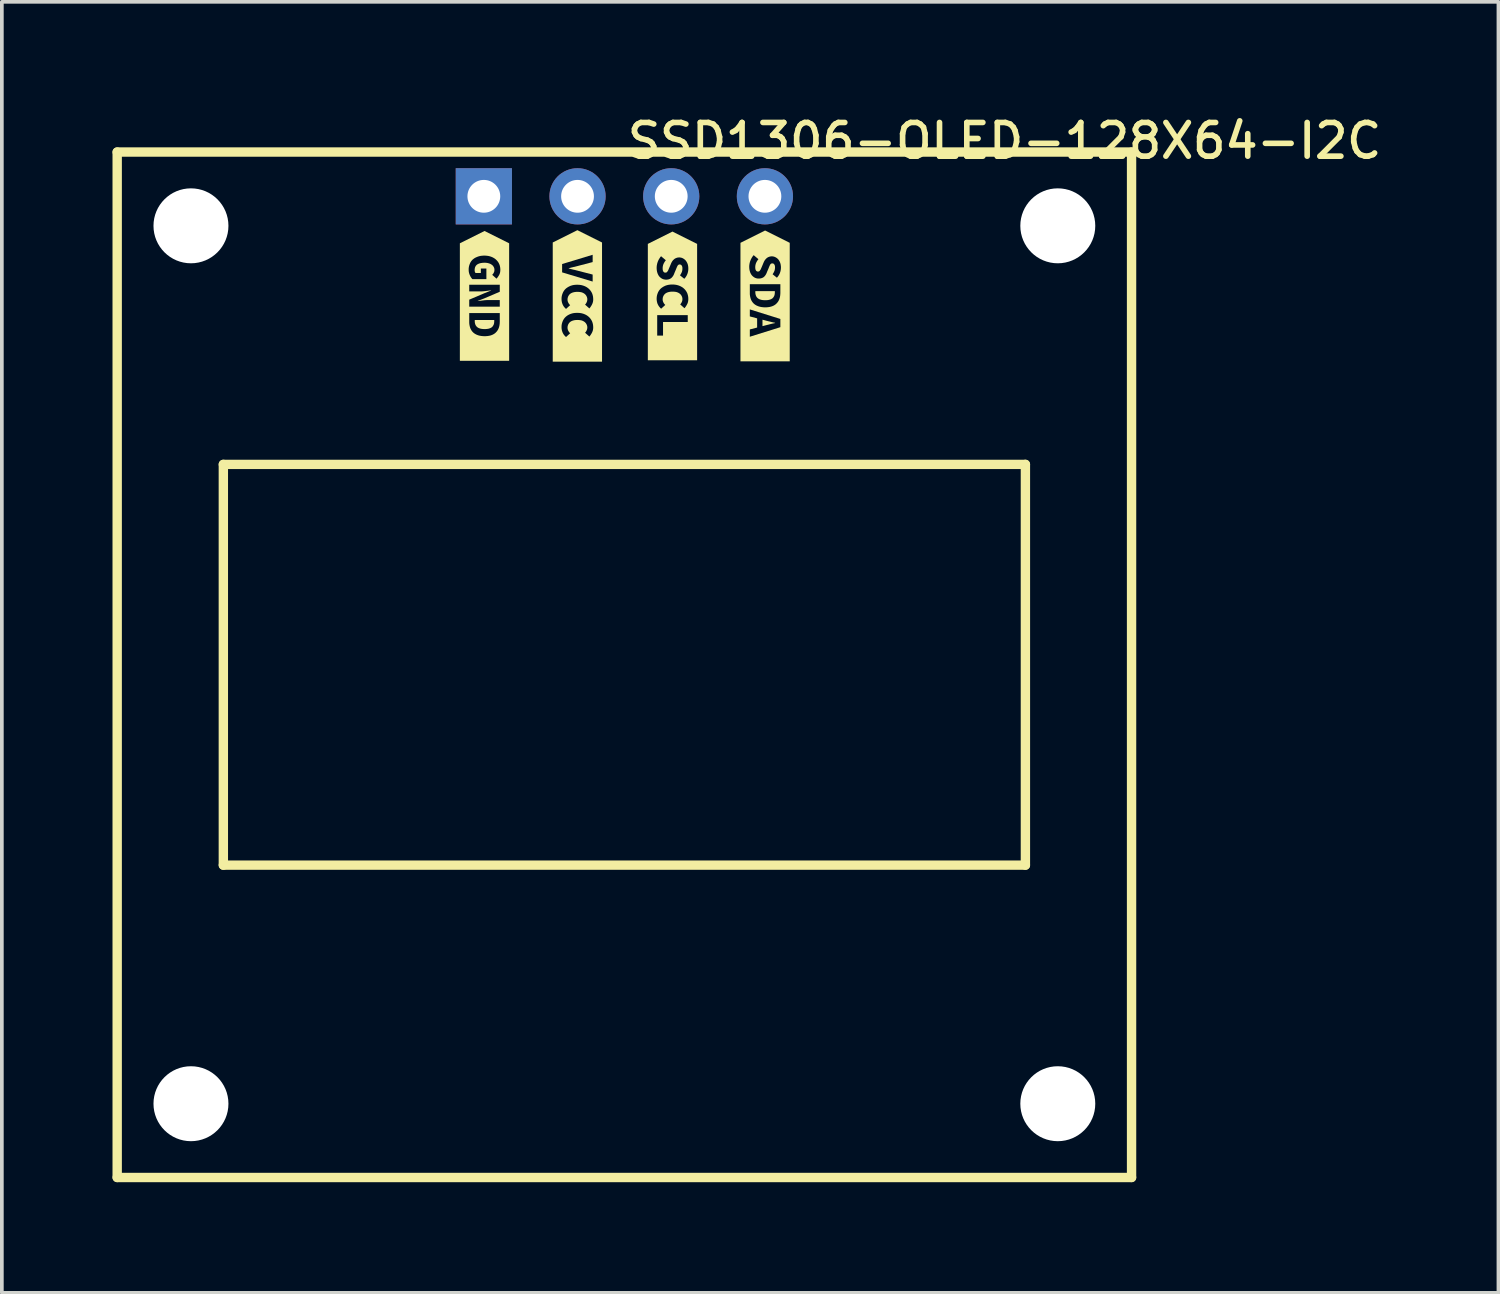
<source format=kicad_pcb>
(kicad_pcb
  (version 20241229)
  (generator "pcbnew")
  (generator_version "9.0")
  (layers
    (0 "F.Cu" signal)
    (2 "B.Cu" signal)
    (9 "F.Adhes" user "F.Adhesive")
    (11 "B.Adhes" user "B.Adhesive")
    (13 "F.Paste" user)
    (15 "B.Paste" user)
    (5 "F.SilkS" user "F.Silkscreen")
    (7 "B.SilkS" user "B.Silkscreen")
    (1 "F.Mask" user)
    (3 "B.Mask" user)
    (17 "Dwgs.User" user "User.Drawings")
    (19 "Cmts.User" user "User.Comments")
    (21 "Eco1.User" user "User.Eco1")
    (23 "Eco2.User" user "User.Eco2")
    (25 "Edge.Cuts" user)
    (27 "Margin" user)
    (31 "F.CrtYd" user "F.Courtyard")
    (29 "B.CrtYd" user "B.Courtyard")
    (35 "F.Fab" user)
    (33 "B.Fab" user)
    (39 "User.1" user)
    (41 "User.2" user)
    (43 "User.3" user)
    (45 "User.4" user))
  (footprint "SSD1306-OLED-128X64-I2C"
    (layer "F.Cu")
    (at 13.877 15.372)
    (property "Reference" "SSD1306-OLED-128X64-I2C" (at 0 -15.138 0) (layer "F.SilkS") (effects (font (size 0.914 0.914) (thickness 0.152)) (justify left top)))
    (fp_line (start -13.75 -14.3) (end -13.75 13.5) (stroke (width 0.254) (type default)) (layer "F.SilkS"))
    (fp_line (start -13.75 -14.3) (end 13.75 -14.3) (stroke (width 0.254) (type default)) (layer "F.SilkS"))
    (fp_line (start -13.75 13.5) (end 13.75 13.5) (stroke (width 0.254) (type default)) (layer "F.SilkS"))
    (fp_line (start -10.872 -5.832) (end -10.872 5.032) (stroke (width 0.254) (type default)) (layer "F.SilkS"))
    (fp_line (start -10.872 -5.832) (end 10.872 -5.832) (stroke (width 0.254) (type default)) (layer "F.SilkS"))
    (fp_line (start -10.872 5.032) (end 10.872 5.032) (stroke (width 0.254) (type default)) (layer "F.SilkS"))
    (fp_line (start 10.872 -5.832) (end 10.872 5.032) (stroke (width 0.254) (type default)) (layer "F.SilkS"))
    (fp_line (start 13.75 -14.3) (end 13.75 13.5) (stroke (width 0.254) (type default)) (layer "F.SilkS"))
    (fp_poly (pts (xy 3.952 -9.702) (xy 3.96 -9.7) (xy 3.969 -9.697) (xy 3.977 -9.695) (xy 3.986 -9.693) (xy 3.994 -9.691) (xy 4.003 -9.689) (xy 4.011 -9.687) (xy 4.02 -9.685) (xy 4.028 -9.683) (xy 4.036 -9.681) (xy 4.045 -9.68) (xy 4.053 -9.678) (xy 4.062 -9.676) (xy 4.07 -9.675) (xy 4.078 -9.673) (xy 4.086 -9.671) (xy 4.086 -9.664) (xy 4.078 -9.662) (xy 4.07 -9.66) (xy 4.062 -9.659) (xy 4.053 -9.657) (xy 4.045 -9.655) (xy 4.036 -9.653) (xy 4.028 -9.652) (xy 4.02 -9.65) (xy 4.011 -9.648) (xy 4.003 -9.646) (xy 3.994 -9.644) (xy 3.986 -9.642) (xy 3.977 -9.64) (xy 3.969 -9.638) (xy 3.96 -9.635) (xy 3.952 -9.633) (xy 3.943 -9.631) (xy 3.935 -9.629) (xy 3.926 -9.627) (xy 3.918 -9.624) (xy 3.909 -9.622) (xy 3.901 -9.62) (xy 3.893 -9.618) (xy 3.884 -9.616) (xy 3.876 -9.614) (xy 3.868 -9.612) (xy 3.86 -9.61) (xy 3.852 -9.608) (xy 3.844 -9.606) (xy 3.836 -9.604) (xy 3.828 -9.602) (xy 3.82 -9.6) (xy 3.744 -9.58) (xy 3.744 -9.755) (xy 3.82 -9.735) (xy 3.828 -9.733) (xy 3.836 -9.73) (xy 3.844 -9.728) (xy 3.852 -9.726) (xy 3.86 -9.724) (xy 3.868 -9.722) (xy 3.876 -9.72) (xy 3.884 -9.718) (xy 3.893 -9.716) (xy 3.901 -9.714) (xy 3.909 -9.711) (xy 3.918 -9.71) (xy 3.926 -9.708) (xy 3.935 -9.706) (xy 3.943 -9.704)) (stroke (width 0) (type default)) (fill yes) (layer "F.SilkS"))
    (fp_poly (pts (xy -3.528 -9.717) (xy -3.528 -9.711) (xy -3.528 -9.705) (xy -3.529 -9.699) (xy -3.529 -9.693) (xy -3.529 -9.687) (xy -3.53 -9.682) (xy -3.531 -9.676) (xy -3.531 -9.67) (xy -3.532 -9.665) (xy -3.533 -9.659) (xy -3.534 -9.654) (xy -3.535 -9.649) (xy -3.536 -9.643) (xy -3.538 -9.638) (xy -3.539 -9.633) (xy -3.541 -9.628) (xy -3.543 -9.623) (xy -3.545 -9.618) (xy -3.547 -9.614) (xy -3.549 -9.609) (xy -3.552 -9.605) (xy -3.554 -9.6) (xy -3.557 -9.596) (xy -3.559 -9.592) (xy -3.562 -9.587) (xy -3.565 -9.583) (xy -3.568 -9.579) (xy -3.571 -9.575) (xy -3.574 -9.571) (xy -3.577 -9.567) (xy -3.58 -9.563) (xy -3.584 -9.559) (xy -3.588 -9.556) (xy -3.592 -9.552) (xy -3.596 -9.549) (xy -3.6 -9.546) (xy -3.605 -9.543) (xy -3.61 -9.54) (xy -3.615 -9.537) (xy -3.62 -9.534) (xy -3.625 -9.532) (xy -3.63 -9.529) (xy -3.635 -9.527) (xy -3.641 -9.524) (xy -3.647 -9.522) (xy -3.653 -9.52) (xy -3.659 -9.518) (xy -3.665 -9.516) (xy -3.671 -9.514) (xy -3.678 -9.513) (xy -3.684 -9.511) (xy -3.691 -9.509) (xy -3.698 -9.508) (xy -3.705 -9.507) (xy -3.712 -9.506) (xy -3.72 -9.505) (xy -3.728 -9.504) (xy -3.735 -9.503) (xy -3.744 -9.502) (xy -3.752 -9.502) (xy -3.76 -9.501) (xy -3.769 -9.501) (xy -3.778 -9.501) (xy -3.787 -9.501) (xy -3.797 -9.501) (xy -3.806 -9.501) (xy -3.815 -9.501) (xy -3.824 -9.502) (xy -3.832 -9.502) (xy -3.841 -9.503) (xy -3.849 -9.504) (xy -3.857 -9.505) (xy -3.865 -9.506) (xy -3.872 -9.507) (xy -3.88 -9.508) (xy -3.887 -9.509) (xy -3.894 -9.511) (xy -3.901 -9.513) (xy -3.908 -9.514) (xy -3.914 -9.516) (xy -3.92 -9.518) (xy -3.926 -9.52) (xy -3.932 -9.522) (xy -3.938 -9.524) (xy -3.944 -9.527) (xy -3.949 -9.529) (xy -3.955 -9.532) (xy -3.96 -9.534) (xy -3.965 -9.537) (xy -3.97 -9.54) (xy -3.974 -9.543) (xy -3.979 -9.546) (xy -3.983 -9.549) (xy -3.987 -9.552) (xy -3.992 -9.556) (xy -3.995 -9.559) (xy -3.999 -9.563) (xy -4.003 -9.567) (xy -4.007 -9.571) (xy -4.011 -9.575) (xy -4.014 -9.579) (xy -4.017 -9.583) (xy -4.02 -9.587) (xy -4.023 -9.592) (xy -4.026 -9.596) (xy -4.029 -9.6) (xy -4.031 -9.605) (xy -4.034 -9.609) (xy -4.036 -9.614) (xy -4.038 -9.618) (xy -4.039 -9.623) (xy -4.041 -9.628) (xy -4.043 -9.633) (xy -4.045 -9.638) (xy -4.046 -9.643) (xy -4.048 -9.649) (xy -4.049 -9.654) (xy -4.05 -9.659) (xy -4.052 -9.665) (xy -4.053 -9.67) (xy -4.053 -9.676) (xy -4.054 -9.682) (xy -4.055 -9.687) (xy -4.055 -9.693) (xy -4.056 -9.699) (xy -4.056 -9.705) (xy -4.056 -9.711) (xy -4.056 -9.717) (xy -4.056 -9.747) (xy -3.528 -9.747)) (stroke (width 0) (type default)) (fill yes) (layer "F.SilkS"))
    (fp_poly (pts (xy 4.079 -10.499) (xy 4.079 -10.493) (xy 4.079 -10.487) (xy 4.078 -10.481) (xy 4.078 -10.476) (xy 4.077 -10.47) (xy 4.077 -10.464) (xy 4.076 -10.459) (xy 4.076 -10.453) (xy 4.075 -10.447) (xy 4.074 -10.442) (xy 4.073 -10.437) (xy 4.072 -10.431) (xy 4.07 -10.426) (xy 4.069 -10.421) (xy 4.068 -10.416) (xy 4.066 -10.41) (xy 4.064 -10.406) (xy 4.062 -10.401) (xy 4.06 -10.396) (xy 4.058 -10.392) (xy 4.055 -10.387) (xy 4.053 -10.383) (xy 4.05 -10.379) (xy 4.048 -10.374) (xy 4.045 -10.37) (xy 4.042 -10.366) (xy 4.039 -10.362) (xy 4.036 -10.358) (xy 4.033 -10.353) (xy 4.03 -10.35) (xy 4.026 -10.346) (xy 4.023 -10.342) (xy 4.019 -10.338) (xy 4.015 -10.335) (xy 4.011 -10.332) (xy 4.006 -10.329) (xy 4.002 -10.326) (xy 3.997 -10.323) (xy 3.992 -10.32) (xy 3.987 -10.317) (xy 3.982 -10.314) (xy 3.977 -10.312) (xy 3.971 -10.309) (xy 3.966 -10.307) (xy 3.96 -10.305) (xy 3.954 -10.303) (xy 3.948 -10.301) (xy 3.942 -10.299) (xy 3.935 -10.297) (xy 3.929 -10.295) (xy 3.923 -10.293) (xy 3.916 -10.292) (xy 3.909 -10.291) (xy 3.902 -10.289) (xy 3.895 -10.288) (xy 3.887 -10.287) (xy 3.879 -10.286) (xy 3.871 -10.286) (xy 3.863 -10.285) (xy 3.855 -10.284) (xy 3.846 -10.284) (xy 3.838 -10.284) (xy 3.829 -10.283) (xy 3.82 -10.283) (xy 3.81 -10.283) (xy 3.801 -10.284) (xy 3.792 -10.284) (xy 3.783 -10.284) (xy 3.775 -10.285) (xy 3.766 -10.286) (xy 3.758 -10.286) (xy 3.75 -10.287) (xy 3.742 -10.288) (xy 3.734 -10.289) (xy 3.727 -10.291) (xy 3.72 -10.292) (xy 3.713 -10.293) (xy 3.706 -10.295) (xy 3.699 -10.297) (xy 3.693 -10.299) (xy 3.686 -10.301) (xy 3.68 -10.303) (xy 3.674 -10.305) (xy 3.669 -10.307) (xy 3.663 -10.309) (xy 3.657 -10.312) (xy 3.652 -10.314) (xy 3.647 -10.317) (xy 3.642 -10.32) (xy 3.637 -10.323) (xy 3.632 -10.326) (xy 3.628 -10.329) (xy 3.624 -10.332) (xy 3.619 -10.335) (xy 3.615 -10.338) (xy 3.611 -10.342) (xy 3.607 -10.346) (xy 3.603 -10.35) (xy 3.6 -10.353) (xy 3.596 -10.358) (xy 3.593 -10.362) (xy 3.589 -10.366) (xy 3.586 -10.37) (xy 3.583 -10.374) (xy 3.581 -10.379) (xy 3.578 -10.383) (xy 3.576 -10.387) (xy 3.573 -10.392) (xy 3.571 -10.396) (xy 3.569 -10.401) (xy 3.567 -10.406) (xy 3.566 -10.41) (xy 3.564 -10.416) (xy 3.562 -10.421) (xy 3.561 -10.426) (xy 3.559 -10.431) (xy 3.558 -10.437) (xy 3.556 -10.442) (xy 3.555 -10.447) (xy 3.554 -10.453) (xy 3.553 -10.459) (xy 3.553 -10.464) (xy 3.552 -10.47) (xy 3.551 -10.476) (xy 3.551 -10.481) (xy 3.551 -10.487) (xy 3.55 -10.493) (xy 3.55 -10.499) (xy 3.55 -10.53) (xy 4.079 -10.53)) (stroke (width 0) (type default)) (fill yes) (layer "F.SilkS"))
    (fp_poly (pts (xy -3.124 -11.826) (xy -3.124 -8.64) (xy -4.46 -8.64) (xy -4.46 -9.696) (xy -4.206 -9.696) (xy -4.206 -9.686) (xy -4.206 -9.675) (xy -4.205 -9.664) (xy -4.205 -9.654) (xy -4.204 -9.644) (xy -4.203 -9.633) (xy -4.201 -9.623) (xy -4.2 -9.613) (xy -4.198 -9.603) (xy -4.196 -9.593) (xy -4.194 -9.584) (xy -4.192 -9.574) (xy -4.189 -9.564) (xy -4.187 -9.555) (xy -4.184 -9.546) (xy -4.181 -9.536) (xy -4.178 -9.528) (xy -4.174 -9.519) (xy -4.17 -9.51) (xy -4.167 -9.502) (xy -4.162 -9.494) (xy -4.158 -9.486) (xy -4.154 -9.478) (xy -4.149 -9.47) (xy -4.144 -9.463) (xy -4.139 -9.455) (xy -4.134 -9.448) (xy -4.128 -9.441) (xy -4.123 -9.434) (xy -4.117 -9.427) (xy -4.111 -9.421) (xy -4.105 -9.415) (xy -4.098 -9.408) (xy -4.091 -9.402) (xy -4.085 -9.396) (xy -4.077 -9.391) (xy -4.07 -9.385) (xy -4.062 -9.38) (xy -4.054 -9.374) (xy -4.046 -9.369) (xy -4.038 -9.365) (xy -4.029 -9.36) (xy -4.02 -9.355) (xy -4.011 -9.351) (xy -4.002 -9.347) (xy -3.992 -9.343) (xy -3.983 -9.339) (xy -3.973 -9.336) (xy -3.963 -9.332) (xy -3.952 -9.329) (xy -3.942 -9.326) (xy -3.931 -9.323) (xy -3.921 -9.321) (xy -3.91 -9.319) (xy -3.898 -9.317) (xy -3.887 -9.315) (xy -3.875 -9.313) (xy -3.863 -9.312) (xy -3.851 -9.311) (xy -3.839 -9.31) (xy -3.826 -9.309) (xy -3.813 -9.308) (xy -3.8 -9.308) (xy -3.787 -9.308) (xy -3.774 -9.308) (xy -3.761 -9.308) (xy -3.749 -9.309) (xy -3.737 -9.31) (xy -3.725 -9.311) (xy -3.713 -9.312) (xy -3.701 -9.313) (xy -3.689 -9.315) (xy -3.678 -9.317) (xy -3.667 -9.319) (xy -3.656 -9.321) (xy -3.645 -9.323) (xy -3.635 -9.326) (xy -3.624 -9.329) (xy -3.614 -9.332) (xy -3.604 -9.336) (xy -3.595 -9.339) (xy -3.585 -9.343) (xy -3.576 -9.347) (xy -3.567 -9.351) (xy -3.558 -9.356) (xy -3.55 -9.36) (xy -3.541 -9.365) (xy -3.533 -9.37) (xy -3.525 -9.375) (xy -3.518 -9.381) (xy -3.51 -9.386) (xy -3.503 -9.392) (xy -3.496 -9.398) (xy -3.49 -9.404) (xy -3.483 -9.41) (xy -3.477 -9.417) (xy -3.471 -9.423) (xy -3.465 -9.43) (xy -3.459 -9.437) (xy -3.453 -9.444) (xy -3.448 -9.451) (xy -3.443 -9.459) (xy -3.438 -9.466) (xy -3.433 -9.474) (xy -3.428 -9.482) (xy -3.424 -9.49) (xy -3.419 -9.499) (xy -3.415 -9.507) (xy -3.412 -9.516) (xy -3.408 -9.525) (xy -3.404 -9.535) (xy -3.401 -9.544) (xy -3.398 -9.553) (xy -3.396 -9.562) (xy -3.393 -9.571) (xy -3.391 -9.581) (xy -3.389 -9.59) (xy -3.387 -9.6) (xy -3.385 -9.61) (xy -3.384 -9.62) (xy -3.383 -9.63) (xy -3.381 -9.641) (xy -3.38 -9.651) (xy -3.38 -9.662) (xy -3.379 -9.673) (xy -3.379 -9.684) (xy -3.378 -9.695) (xy -3.378 -9.707) (xy -3.378 -9.935) (xy -4.206 -9.935) (xy -4.206 -9.696) (xy -4.46 -9.696) (xy -4.46 -10.522) (xy -4.206 -10.522) (xy -3.912 -10.522) (xy -3.902 -10.522) (xy -3.893 -10.522) (xy -3.884 -10.522) (xy -3.874 -10.523) (xy -3.865 -10.523) (xy -3.856 -10.523) (xy -3.846 -10.524) (xy -3.837 -10.524) (xy -3.827 -10.525) (xy -3.818 -10.526) (xy -3.808 -10.527) (xy -3.798 -10.528) (xy -3.789 -10.529) (xy -3.779 -10.53) (xy -3.769 -10.531) (xy -3.759 -10.532) (xy -3.75 -10.533) (xy -3.74 -10.535) (xy -3.731 -10.536) (xy -3.722 -10.537) (xy -3.712 -10.538) (xy -3.703 -10.539) (xy -3.694 -10.54) (xy -3.685 -10.542) (xy -3.676 -10.543) (xy -3.667 -10.544) (xy -3.658 -10.545) (xy -3.649 -10.546) (xy -3.64 -10.547) (xy -3.632 -10.548) (xy -3.623 -10.549) (xy -3.614 -10.55) (xy -3.614 -10.545) (xy -3.792 -10.474) (xy -4.206 -10.298) (xy -4.206 -10.108) (xy -3.378 -10.108) (xy -3.378 -10.288) (xy -3.673 -10.288) (xy -3.682 -10.288) (xy -3.691 -10.288) (xy -3.701 -10.288) (xy -3.71 -10.288) (xy -3.719 -10.287) (xy -3.729 -10.287) (xy -3.738 -10.286) (xy -3.748 -10.286) (xy -3.757 -10.285) (xy -3.767 -10.284) (xy -3.776 -10.283) (xy -3.786 -10.283) (xy -3.796 -10.282) (xy -3.806 -10.28) (xy -3.815 -10.279) (xy -3.825 -10.278) (xy -3.835 -10.277) (xy -3.845 -10.276) (xy -3.855 -10.274) (xy -3.865 -10.273) (xy -3.875 -10.272) (xy -3.884 -10.271) (xy -3.893 -10.27) (xy -3.903 -10.269) (xy -3.912 -10.267) (xy -3.921 -10.266) (xy -3.93 -10.265) (xy -3.939 -10.264) (xy -3.947 -10.263) (xy -3.956 -10.262) (xy -3.964 -10.261) (xy -3.973 -10.26) (xy -3.973 -10.265) (xy -3.79 -10.336) (xy -3.378 -10.512) (xy -3.378 -10.702) (xy -4.206 -10.702) (xy -4.206 -10.522) (xy -4.46 -10.522) (xy -4.46 -11.111) (xy -4.221 -11.111) (xy -4.221 -11.101) (xy -4.221 -11.092) (xy -4.22 -11.082) (xy -4.22 -11.072) (xy -4.219 -11.063) (xy -4.217 -11.054) (xy -4.216 -11.044) (xy -4.214 -11.035) (xy -4.212 -11.026) (xy -4.21 -11.017) (xy -4.207 -11.008) (xy -4.204 -10.999) (xy -4.201 -10.99) (xy -4.198 -10.981) (xy -4.195 -10.973) (xy -4.191 -10.964) (xy -4.187 -10.955) (xy -4.183 -10.947) (xy -4.179 -10.939) (xy -4.175 -10.931) (xy -4.171 -10.924) (xy -4.167 -10.916) (xy -4.162 -10.909) (xy -4.158 -10.902) (xy -4.154 -10.896) (xy -4.149 -10.889) (xy -4.144 -10.883) (xy -4.14 -10.877) (xy -4.135 -10.871) (xy -4.13 -10.865) (xy -4.125 -10.86) (xy -4.12 -10.855) (xy -3.741 -10.855) (xy -3.741 -11.142) (xy -3.891 -11.142) (xy -3.891 -11.02) (xy -4.034 -11.02) (xy -4.038 -11.026) (xy -4.041 -11.03) (xy -4.044 -11.034) (xy -4.046 -11.039) (xy -4.049 -11.043) (xy -4.051 -11.048) (xy -4.053 -11.053) (xy -4.054 -11.055) (xy -4.055 -11.061) (xy -4.056 -11.067) (xy -4.057 -11.072) (xy -4.058 -11.078) (xy -4.058 -11.084) (xy -4.059 -11.09) (xy -4.059 -11.095) (xy -4.059 -11.101) (xy -4.059 -11.114) (xy -4.058 -11.126) (xy -4.056 -11.137) (xy -4.055 -11.148) (xy -4.052 -11.159) (xy -4.049 -11.17) (xy -4.046 -11.18) (xy -4.042 -11.189) (xy -4.037 -11.198) (xy -4.032 -11.207) (xy -4.027 -11.216) (xy -4.02 -11.223) (xy -4.014 -11.231) (xy -4.006 -11.238) (xy -3.999 -11.245) (xy -3.99 -11.251) (xy -3.981 -11.257) (xy -3.972 -11.262) (xy -3.962 -11.267) (xy -3.951 -11.272) (xy -3.94 -11.276) (xy -3.929 -11.28) (xy -3.917 -11.284) (xy -3.905 -11.287) (xy -3.892 -11.29) (xy -3.879 -11.292) (xy -3.865 -11.294) (xy -3.851 -11.296) (xy -3.836 -11.297) (xy -3.821 -11.298) (xy -3.806 -11.299) (xy -3.79 -11.299) (xy -3.782 -11.299) (xy -3.775 -11.299) (xy -3.767 -11.299) (xy -3.76 -11.298) (xy -3.753 -11.298) (xy -3.745 -11.297) (xy -3.738 -11.296) (xy -3.731 -11.295) (xy -3.724 -11.294) (xy -3.717 -11.293) (xy -3.711 -11.292) (xy -3.704 -11.291) (xy -3.697 -11.289) (xy -3.691 -11.287) (xy -3.684 -11.286) (xy -3.678 -11.284) (xy -3.672 -11.282) (xy -3.666 -11.28) (xy -3.66 -11.279) (xy -3.655 -11.277) (xy -3.649 -11.274) (xy -3.643 -11.272) (xy -3.638 -11.27) (xy -3.633 -11.267) (xy -3.628 -11.265) (xy -3.623 -11.262) (xy -3.618 -11.259) (xy -3.613 -11.256) (xy -3.608 -11.253) (xy -3.603 -11.25) (xy -3.599 -11.247) (xy -3.594 -11.243) (xy -3.59 -11.24) (xy -3.582 -11.234) (xy -3.575 -11.228) (xy -3.568 -11.221) (xy -3.562 -11.213) (xy -3.556 -11.206) (xy -3.551 -11.198) (xy -3.546 -11.189) (xy -3.543 -11.185) (xy -3.539 -11.176) (xy -3.534 -11.168) (xy -3.531 -11.159) (xy -3.528 -11.149) (xy -3.526 -11.14) (xy -3.525 -11.135) (xy -3.524 -11.13) (xy -3.524 -11.124) (xy -3.523 -11.119) (xy -3.523 -11.114) (xy -3.523 -11.109) (xy -3.523 -11.103) (xy -3.523 -11.097) (xy -3.524 -11.091) (xy -3.524 -11.086) (xy -3.525 -11.08) (xy -3.525 -11.075) (xy -3.526 -11.07) (xy -3.527 -11.065) (xy -3.53 -11.055) (xy -3.533 -11.046) (xy -3.537 -11.038) (xy -3.541 -11.03) (xy -3.545 -11.022) (xy -3.549 -11.014) (xy -3.554 -11.006) (xy -3.559 -10.999) (xy -3.565 -10.992) (xy -3.571 -10.985) (xy -3.577 -10.978) (xy -3.584 -10.972) (xy -3.467 -10.867) (xy -3.462 -10.872) (xy -3.458 -10.878) (xy -3.453 -10.883) (xy -3.448 -10.889) (xy -3.444 -10.894) (xy -3.439 -10.9) (xy -3.435 -10.906) (xy -3.43 -10.912) (xy -3.426 -10.919) (xy -3.421 -10.925) (xy -3.417 -10.932) (xy -3.413 -10.938) (xy -3.409 -10.945) (xy -3.404 -10.952) (xy -3.4 -10.959) (xy -3.396 -10.966) (xy -3.392 -10.974) (xy -3.388 -10.981) (xy -3.385 -10.989) (xy -3.382 -10.997) (xy -3.379 -11.005) (xy -3.376 -11.014) (xy -3.373 -11.022) (xy -3.371 -11.031) (xy -3.369 -11.04) (xy -3.368 -11.049) (xy -3.366 -11.059) (xy -3.365 -11.068) (xy -3.364 -11.078) (xy -3.364 -11.088) (xy -3.363 -11.098) (xy -3.363 -11.109) (xy -3.363 -11.119) (xy -3.363 -11.129) (xy -3.364 -11.139) (xy -3.365 -11.148) (xy -3.366 -11.158) (xy -3.367 -11.168) (xy -3.368 -11.177) (xy -3.37 -11.187) (xy -3.372 -11.196) (xy -3.374 -11.205) (xy -3.376 -11.214) (xy -3.379 -11.223) (xy -3.381 -11.232) (xy -3.384 -11.241) (xy -3.388 -11.25) (xy -3.391 -11.258) (xy -3.395 -11.267) (xy -3.399 -11.276) (xy -3.403 -11.284) (xy -3.408 -11.293) (xy -3.412 -11.301) (xy -3.417 -11.309) (xy -3.422 -11.317) (xy -3.428 -11.325) (xy -3.433 -11.332) (xy -3.439 -11.339) (xy -3.445 -11.347) (xy -3.451 -11.354) (xy -3.457 -11.361) (xy -3.464 -11.367) (xy -3.47 -11.374) (xy -3.477 -11.38) (xy -3.484 -11.387) (xy -3.491 -11.393) (xy -3.498 -11.399) (xy -3.506 -11.405) (xy -3.513 -11.41) (xy -3.521 -11.416) (xy -3.529 -11.421) (xy -3.538 -11.426) (xy -3.546 -11.431) (xy -3.555 -11.436) (xy -3.564 -11.441) (xy -3.573 -11.445) (xy -3.582 -11.45) (xy -3.592 -11.454) (xy -3.602 -11.458) (xy -3.612 -11.462) (xy -3.622 -11.465) (xy -3.633 -11.469) (xy -3.643 -11.472) (xy -3.654 -11.475) (xy -3.665 -11.478) (xy -3.676 -11.48) (xy -3.687 -11.483) (xy -3.699 -11.485) (xy -3.711 -11.486) (xy -3.722 -11.488) (xy -3.734 -11.489) (xy -3.747 -11.49) (xy -3.759 -11.491) (xy -3.772 -11.492) (xy -3.784 -11.492) (xy -3.797 -11.492) (xy -3.81 -11.492) (xy -3.823 -11.492) (xy -3.835 -11.491) (xy -3.848 -11.49) (xy -3.86 -11.489) (xy -3.872 -11.488) (xy -3.884 -11.486) (xy -3.895 -11.485) (xy -3.906 -11.483) (xy -3.918 -11.48) (xy -3.928 -11.478) (xy -3.939 -11.475) (xy -3.95 -11.472) (xy -3.96 -11.469) (xy -3.97 -11.465) (xy -3.98 -11.462) (xy -3.99 -11.458) (xy -4 -11.454) (xy -4.009 -11.45) (xy -4.018 -11.446) (xy -4.027 -11.442) (xy -4.036 -11.438) (xy -4.045 -11.433) (xy -4.053 -11.428) (xy -4.062 -11.423) (xy -4.07 -11.418) (xy -4.078 -11.412) (xy -4.085 -11.407) (xy -4.093 -11.401) (xy -4.1 -11.395) (xy -4.108 -11.389) (xy -4.115 -11.383) (xy -4.121 -11.377) (xy -4.128 -11.37) (xy -4.134 -11.363) (xy -4.14 -11.356) (xy -4.145 -11.349) (xy -4.151 -11.342) (xy -4.156 -11.335) (xy -4.161 -11.327) (xy -4.166 -11.319) (xy -4.171 -11.312) (xy -4.175 -11.304) (xy -4.179 -11.295) (xy -4.183 -11.287) (xy -4.187 -11.278) (xy -4.19 -11.27) (xy -4.194 -11.261) (xy -4.197 -11.252) (xy -4.2 -11.244) (xy -4.203 -11.235) (xy -4.206 -11.226) (xy -4.208 -11.217) (xy -4.211 -11.208) (xy -4.213 -11.199) (xy -4.215 -11.189) (xy -4.216 -11.18) (xy -4.218 -11.17) (xy -4.219 -11.161) (xy -4.22 -11.151) (xy -4.221 -11.141) (xy -4.221 -11.131) (xy -4.221 -11.121) (xy -4.221 -11.111) (xy -4.46 -11.111) (xy -4.46 -11.826) (xy -3.792 -12.16)) (stroke (width 0) (type default)) (fill yes) (layer "F.SilkS"))
    (fp_poly (pts (xy 4.483 -11.839) (xy 4.483 -8.626) (xy 3.147 -8.626) (xy 3.147 -9.844) (xy 3.401 -9.844) (xy 3.599 -9.791) (xy 3.599 -9.542) (xy 3.401 -9.491) (xy 3.401 -9.293) (xy 4.229 -9.552) (xy 4.229 -9.775) (xy 3.401 -10.034) (xy 3.401 -9.844) (xy 3.147 -9.844) (xy 3.147 -10.479) (xy 3.401 -10.479) (xy 3.401 -10.468) (xy 3.401 -10.458) (xy 3.401 -10.447) (xy 3.402 -10.437) (xy 3.403 -10.426) (xy 3.404 -10.416) (xy 3.405 -10.406) (xy 3.407 -10.396) (xy 3.409 -10.386) (xy 3.41 -10.376) (xy 3.413 -10.366) (xy 3.415 -10.357) (xy 3.417 -10.347) (xy 3.42 -10.338) (xy 3.423 -10.328) (xy 3.426 -10.319) (xy 3.429 -10.31) (xy 3.433 -10.302) (xy 3.436 -10.293) (xy 3.44 -10.285) (xy 3.444 -10.276) (xy 3.449 -10.268) (xy 3.453 -10.261) (xy 3.458 -10.253) (xy 3.463 -10.245) (xy 3.468 -10.238) (xy 3.473 -10.231) (xy 3.478 -10.224) (xy 3.484 -10.217) (xy 3.49 -10.21) (xy 3.496 -10.203) (xy 3.502 -10.197) (xy 3.509 -10.191) (xy 3.515 -10.185) (xy 3.522 -10.179) (xy 3.529 -10.173) (xy 3.537 -10.168) (xy 3.545 -10.162) (xy 3.552 -10.157) (xy 3.561 -10.152) (xy 3.569 -10.147) (xy 3.578 -10.142) (xy 3.586 -10.138) (xy 3.596 -10.134) (xy 3.605 -10.13) (xy 3.614 -10.126) (xy 3.624 -10.122) (xy 3.634 -10.118) (xy 3.644 -10.115) (xy 3.654 -10.112) (xy 3.665 -10.109) (xy 3.675 -10.106) (xy 3.686 -10.104) (xy 3.697 -10.101) (xy 3.708 -10.099) (xy 3.72 -10.097) (xy 3.732 -10.096) (xy 3.744 -10.094) (xy 3.756 -10.093) (xy 3.768 -10.092) (xy 3.781 -10.091) (xy 3.793 -10.091) (xy 3.806 -10.091) (xy 3.82 -10.09) (xy 3.833 -10.091) (xy 3.845 -10.091) (xy 3.858 -10.091) (xy 3.87 -10.092) (xy 3.882 -10.093) (xy 3.894 -10.094) (xy 3.906 -10.096) (xy 3.917 -10.097) (xy 3.929 -10.099) (xy 3.94 -10.101) (xy 3.951 -10.104) (xy 3.962 -10.106) (xy 3.972 -10.109) (xy 3.982 -10.112) (xy 3.993 -10.115) (xy 4.003 -10.118) (xy 4.012 -10.122) (xy 4.022 -10.126) (xy 4.031 -10.13) (xy 4.04 -10.134) (xy 4.049 -10.138) (xy 4.057 -10.143) (xy 4.066 -10.148) (xy 4.074 -10.153) (xy 4.081 -10.158) (xy 4.089 -10.163) (xy 4.096 -10.169) (xy 4.103 -10.174) (xy 4.11 -10.18) (xy 4.117 -10.187) (xy 4.123 -10.193) (xy 4.13 -10.2) (xy 4.136 -10.206) (xy 4.142 -10.213) (xy 4.148 -10.22) (xy 4.153 -10.227) (xy 4.159 -10.234) (xy 4.164 -10.241) (xy 4.169 -10.249) (xy 4.174 -10.257) (xy 4.179 -10.265) (xy 4.183 -10.273) (xy 4.187 -10.281) (xy 4.191 -10.29) (xy 4.195 -10.299) (xy 4.199 -10.308) (xy 4.202 -10.317) (xy 4.206 -10.327) (xy 4.208 -10.336) (xy 4.211 -10.345) (xy 4.213 -10.354) (xy 4.216 -10.363) (xy 4.218 -10.373) (xy 4.22 -10.383) (xy 4.221 -10.393) (xy 4.223 -10.403) (xy 4.224 -10.413) (xy 4.225 -10.423) (xy 4.226 -10.434) (xy 4.227 -10.445) (xy 4.228 -10.456) (xy 4.228 -10.467) (xy 4.229 -10.478) (xy 4.229 -10.489) (xy 4.229 -10.718) (xy 3.401 -10.718) (xy 3.401 -10.479) (xy 3.147 -10.479) (xy 3.147 -11.19) (xy 3.385 -11.19) (xy 3.385 -11.181) (xy 3.386 -11.171) (xy 3.386 -11.162) (xy 3.387 -11.153) (xy 3.387 -11.144) (xy 3.388 -11.135) (xy 3.389 -11.126) (xy 3.39 -11.118) (xy 3.392 -11.109) (xy 3.393 -11.101) (xy 3.395 -11.093) (xy 3.397 -11.084) (xy 3.399 -11.076) (xy 3.401 -11.068) (xy 3.403 -11.061) (xy 3.406 -11.053) (xy 3.408 -11.045) (xy 3.411 -11.038) (xy 3.414 -11.031) (xy 3.417 -11.024) (xy 3.42 -11.017) (xy 3.423 -11.01) (xy 3.426 -11.004) (xy 3.43 -10.997) (xy 3.433 -10.991) (xy 3.437 -10.985) (xy 3.441 -10.979) (xy 3.445 -10.973) (xy 3.449 -10.967) (xy 3.453 -10.962) (xy 3.457 -10.957) (xy 3.462 -10.951) (xy 3.466 -10.947) (xy 3.471 -10.942) (xy 3.475 -10.938) (xy 3.48 -10.933) (xy 3.485 -10.929) (xy 3.49 -10.925) (xy 3.495 -10.921) (xy 3.5 -10.917) (xy 3.505 -10.913) (xy 3.51 -10.91) (xy 3.515 -10.906) (xy 3.521 -10.903) (xy 3.526 -10.9) (xy 3.532 -10.896) (xy 3.537 -10.893) (xy 3.543 -10.89) (xy 3.549 -10.888) (xy 3.554 -10.886) (xy 3.56 -10.884) (xy 3.566 -10.882) (xy 3.572 -10.88) (xy 3.578 -10.878) (xy 3.584 -10.877) (xy 3.59 -10.875) (xy 3.597 -10.874) (xy 3.603 -10.873) (xy 3.609 -10.872) (xy 3.616 -10.871) (xy 3.622 -10.871) (xy 3.629 -10.87) (xy 3.635 -10.87) (xy 3.642 -10.87) (xy 3.653 -10.87) (xy 3.663 -10.871) (xy 3.673 -10.872) (xy 3.683 -10.873) (xy 3.693 -10.875) (xy 3.702 -10.877) (xy 3.712 -10.879) (xy 3.721 -10.882) (xy 3.729 -10.885) (xy 3.738 -10.888) (xy 3.746 -10.892) (xy 3.754 -10.896) (xy 3.762 -10.9) (xy 3.77 -10.905) (xy 3.777 -10.91) (xy 3.784 -10.916) (xy 3.791 -10.922) (xy 3.797 -10.928) (xy 3.803 -10.935) (xy 3.809 -10.942) (xy 3.815 -10.949) (xy 3.821 -10.957) (xy 3.826 -10.964) (xy 3.831 -10.972) (xy 3.836 -10.981) (xy 3.841 -10.989) (xy 3.845 -10.998) (xy 3.85 -11.007) (xy 3.854 -11.016) (xy 3.858 -11.026) (xy 3.862 -11.035) (xy 3.865 -11.045) (xy 3.909 -11.147) (xy 3.911 -11.155) (xy 3.914 -11.162) (xy 3.917 -11.169) (xy 3.92 -11.176) (xy 3.923 -11.183) (xy 3.925 -11.19) (xy 3.928 -11.196) (xy 3.931 -11.202) (xy 3.933 -11.208) (xy 3.936 -11.214) (xy 3.939 -11.22) (xy 3.941 -11.226) (xy 3.944 -11.231) (xy 3.947 -11.236) (xy 3.949 -11.241) (xy 3.952 -11.246) (xy 3.954 -11.25) (xy 3.96 -11.258) (xy 3.966 -11.265) (xy 3.972 -11.27) (xy 3.979 -11.275) (xy 3.987 -11.278) (xy 3.995 -11.28) (xy 4.003 -11.281) (xy 4.008 -11.282) (xy 4.017 -11.281) (xy 4.025 -11.28) (xy 4.033 -11.278) (xy 4.041 -11.275) (xy 4.047 -11.271) (xy 4.053 -11.266) (xy 4.059 -11.26) (xy 4.064 -11.254) (xy 4.068 -11.246) (xy 4.072 -11.238) (xy 4.076 -11.23) (xy 4.079 -11.221) (xy 4.081 -11.211) (xy 4.082 -11.206) (xy 4.083 -11.2) (xy 4.083 -11.195) (xy 4.083 -11.189) (xy 4.084 -11.183) (xy 4.084 -11.178) (xy 4.084 -11.17) (xy 4.084 -11.163) (xy 4.083 -11.155) (xy 4.083 -11.148) (xy 4.082 -11.141) (xy 4.081 -11.134) (xy 4.08 -11.128) (xy 4.079 -11.121) (xy 4.078 -11.114) (xy 4.077 -11.108) (xy 4.075 -11.102) (xy 4.074 -11.096) (xy 4.072 -11.09) (xy 4.07 -11.084) (xy 4.068 -11.079) (xy 4.066 -11.073) (xy 4.064 -11.068) (xy 4.061 -11.063) (xy 4.059 -11.057) (xy 4.056 -11.052) (xy 4.054 -11.046) (xy 4.051 -11.041) (xy 4.048 -11.036) (xy 4.045 -11.03) (xy 4.042 -11.025) (xy 4.039 -11.019) (xy 4.036 -11.014) (xy 4.032 -11.009) (xy 4.029 -11.003) (xy 4.025 -10.998) (xy 4.022 -10.992) (xy 4.018 -10.987) (xy 4.135 -10.893) (xy 4.141 -10.9) (xy 4.148 -10.907) (xy 4.154 -10.915) (xy 4.16 -10.922) (xy 4.165 -10.929) (xy 4.171 -10.937) (xy 4.176 -10.945) (xy 4.182 -10.953) (xy 4.187 -10.961) (xy 4.191 -10.969) (xy 4.196 -10.977) (xy 4.2 -10.985) (xy 4.205 -10.994) (xy 4.209 -11.002) (xy 4.212 -11.011) (xy 4.216 -11.02) (xy 4.219 -11.029) (xy 4.222 -11.038) (xy 4.225 -11.047) (xy 4.228 -11.056) (xy 4.231 -11.065) (xy 4.233 -11.074) (xy 4.235 -11.084) (xy 4.237 -11.093) (xy 4.238 -11.102) (xy 4.24 -11.112) (xy 4.241 -11.121) (xy 4.242 -11.131) (xy 4.243 -11.141) (xy 4.243 -11.15) (xy 4.244 -11.16) (xy 4.244 -11.17) (xy 4.244 -11.178) (xy 4.244 -11.186) (xy 4.243 -11.194) (xy 4.243 -11.202) (xy 4.242 -11.21) (xy 4.241 -11.218) (xy 4.24 -11.226) (xy 4.239 -11.233) (xy 4.238 -11.241) (xy 4.237 -11.248) (xy 4.235 -11.256) (xy 4.234 -11.263) (xy 4.232 -11.27) (xy 4.23 -11.278) (xy 4.228 -11.285) (xy 4.226 -11.292) (xy 4.223 -11.299) (xy 4.221 -11.306) (xy 4.218 -11.312) (xy 4.215 -11.319) (xy 4.212 -11.325) (xy 4.209 -11.332) (xy 4.206 -11.338) (xy 4.203 -11.344) (xy 4.199 -11.35) (xy 4.196 -11.356) (xy 4.192 -11.361) (xy 4.188 -11.367) (xy 4.185 -11.373) (xy 4.181 -11.378) (xy 4.177 -11.383) (xy 4.173 -11.388) (xy 4.169 -11.393) (xy 4.164 -11.398) (xy 4.16 -11.402) (xy 4.155 -11.406) (xy 4.151 -11.411) (xy 4.146 -11.415) (xy 4.141 -11.419) (xy 4.137 -11.423) (xy 4.132 -11.426) (xy 4.127 -11.43) (xy 4.121 -11.433) (xy 4.116 -11.437) (xy 4.111 -11.44) (xy 4.105 -11.443) (xy 4.1 -11.446) (xy 4.094 -11.449) (xy 4.088 -11.452) (xy 4.082 -11.455) (xy 4.077 -11.457) (xy 4.071 -11.459) (xy 4.065 -11.461) (xy 4.059 -11.463) (xy 4.053 -11.465) (xy 4.047 -11.466) (xy 4.041 -11.468) (xy 4.035 -11.469) (xy 4.029 -11.47) (xy 4.023 -11.471) (xy 4.016 -11.471) (xy 4.01 -11.472) (xy 4.004 -11.472) (xy 3.998 -11.472) (xy 3.992 -11.472) (xy 3.986 -11.472) (xy 3.981 -11.472) (xy 3.975 -11.471) (xy 3.97 -11.471) (xy 3.965 -11.47) (xy 3.959 -11.469) (xy 3.954 -11.468) (xy 3.949 -11.467) (xy 3.944 -11.466) (xy 3.939 -11.465) (xy 3.93 -11.462) (xy 3.921 -11.459) (xy 3.916 -11.457) (xy 3.907 -11.454) (xy 3.899 -11.45) (xy 3.891 -11.446) (xy 3.883 -11.441) (xy 3.875 -11.436) (xy 3.867 -11.431) (xy 3.86 -11.425) (xy 3.853 -11.419) (xy 3.846 -11.412) (xy 3.839 -11.406) (xy 3.833 -11.399) (xy 3.827 -11.392) (xy 3.821 -11.385) (xy 3.815 -11.378) (xy 3.81 -11.37) (xy 3.804 -11.363) (xy 3.799 -11.355) (xy 3.795 -11.346) (xy 3.79 -11.338) (xy 3.786 -11.33) (xy 3.782 -11.322) (xy 3.778 -11.313) (xy 3.775 -11.305) (xy 3.771 -11.297) (xy 3.726 -11.188) (xy 3.723 -11.181) (xy 3.719 -11.174) (xy 3.717 -11.167) (xy 3.714 -11.16) (xy 3.711 -11.154) (xy 3.708 -11.147) (xy 3.705 -11.141) (xy 3.703 -11.134) (xy 3.7 -11.129) (xy 3.698 -11.123) (xy 3.695 -11.118) (xy 3.692 -11.113) (xy 3.689 -11.109) (xy 3.686 -11.104) (xy 3.683 -11.1) (xy 3.68 -11.096) (xy 3.677 -11.092) (xy 3.673 -11.086) (xy 3.669 -11.08) (xy 3.664 -11.075) (xy 3.658 -11.071) (xy 3.655 -11.068) (xy 3.649 -11.066) (xy 3.644 -11.064) (xy 3.637 -11.062) (xy 3.63 -11.061) (xy 3.625 -11.061) (xy 3.619 -11.061) (xy 3.611 -11.061) (xy 3.603 -11.062) (xy 3.596 -11.065) (xy 3.59 -11.068) (xy 3.584 -11.072) (xy 3.578 -11.076) (xy 3.573 -11.082) (xy 3.568 -11.089) (xy 3.563 -11.096) (xy 3.559 -11.105) (xy 3.556 -11.114) (xy 3.554 -11.119) (xy 3.553 -11.125) (xy 3.552 -11.13) (xy 3.551 -11.136) (xy 3.55 -11.143) (xy 3.549 -11.149) (xy 3.549 -11.156) (xy 3.548 -11.163) (xy 3.548 -11.17) (xy 3.548 -11.178) (xy 3.548 -11.185) (xy 3.548 -11.193) (xy 3.549 -11.2) (xy 3.549 -11.208) (xy 3.55 -11.215) (xy 3.551 -11.222) (xy 3.552 -11.23) (xy 3.554 -11.237) (xy 3.555 -11.244) (xy 3.557 -11.252) (xy 3.559 -11.259) (xy 3.561 -11.266) (xy 3.563 -11.273) (xy 3.565 -11.28) (xy 3.568 -11.287) (xy 3.571 -11.294) (xy 3.574 -11.301) (xy 3.577 -11.308) (xy 3.581 -11.315) (xy 3.584 -11.322) (xy 3.588 -11.328) (xy 3.592 -11.335) (xy 3.595 -11.341) (xy 3.599 -11.348) (xy 3.603 -11.354) (xy 3.607 -11.36) (xy 3.612 -11.366) (xy 3.616 -11.372) (xy 3.62 -11.378) (xy 3.625 -11.384) (xy 3.629 -11.39) (xy 3.634 -11.396) (xy 3.505 -11.505) (xy 3.498 -11.496) (xy 3.491 -11.488) (xy 3.484 -11.479) (xy 3.477 -11.47) (xy 3.471 -11.461) (xy 3.465 -11.452) (xy 3.459 -11.443) (xy 3.453 -11.433) (xy 3.448 -11.424) (xy 3.443 -11.414) (xy 3.438 -11.405) (xy 3.433 -11.395) (xy 3.428 -11.385) (xy 3.424 -11.375) (xy 3.42 -11.365) (xy 3.416 -11.355) (xy 3.412 -11.345) (xy 3.409 -11.335) (xy 3.405 -11.325) (xy 3.402 -11.314) (xy 3.4 -11.304) (xy 3.397 -11.294) (xy 3.395 -11.284) (xy 3.393 -11.273) (xy 3.391 -11.263) (xy 3.39 -11.253) (xy 3.388 -11.242) (xy 3.387 -11.232) (xy 3.386 -11.222) (xy 3.386 -11.211) (xy 3.385 -11.201) (xy 3.385 -11.19) (xy 3.147 -11.19) (xy 3.147 -11.839) (xy 3.815 -12.173)) (stroke (width 0) (type default)) (fill yes) (layer "F.SilkS"))
    (fp_poly (pts (xy -0.606 -11.848) (xy -0.606 -8.617) (xy -1.942 -8.617) (xy -1.942 -9.557) (xy -1.704 -9.557) (xy -1.703 -9.536) (xy -1.702 -9.516) (xy -1.699 -9.496) (xy -1.696 -9.476) (xy -1.692 -9.457) (xy -1.686 -9.439) (xy -1.68 -9.421) (xy -1.673 -9.404) (xy -1.665 -9.387) (xy -1.656 -9.371) (xy -1.646 -9.355) (xy -1.635 -9.34) (xy -1.623 -9.326) (xy -1.61 -9.312) (xy -1.596 -9.298) (xy -1.582 -9.285) (xy -1.47 -9.387) (xy -1.474 -9.391) (xy -1.478 -9.395) (xy -1.482 -9.399) (xy -1.485 -9.403) (xy -1.489 -9.408) (xy -1.493 -9.412) (xy -1.496 -9.416) (xy -1.499 -9.42) (xy -1.502 -9.425) (xy -1.505 -9.429) (xy -1.508 -9.433) (xy -1.511 -9.438) (xy -1.513 -9.442) (xy -1.516 -9.447) (xy -1.518 -9.451) (xy -1.521 -9.455) (xy -1.523 -9.46) (xy -1.525 -9.465) (xy -1.528 -9.47) (xy -1.53 -9.475) (xy -1.531 -9.48) (xy -1.533 -9.485) (xy -1.535 -9.49) (xy -1.536 -9.495) (xy -1.537 -9.5) (xy -1.538 -9.505) (xy -1.539 -9.51) (xy -1.54 -9.515) (xy -1.54 -9.521) (xy -1.541 -9.526) (xy -1.541 -9.531) (xy -1.541 -9.537) (xy -1.541 -9.548) (xy -1.54 -9.56) (xy -1.539 -9.571) (xy -1.537 -9.582) (xy -1.534 -9.592) (xy -1.531 -9.602) (xy -1.528 -9.613) (xy -1.524 -9.622) (xy -1.519 -9.632) (xy -1.514 -9.641) (xy -1.509 -9.65) (xy -1.502 -9.659) (xy -1.496 -9.668) (xy -1.488 -9.676) (xy -1.481 -9.684) (xy -1.472 -9.692) (xy -1.463 -9.698) (xy -1.454 -9.705) (xy -1.444 -9.711) (xy -1.433 -9.716) (xy -1.422 -9.721) (xy -1.411 -9.726) (xy -1.399 -9.73) (xy -1.387 -9.733) (xy -1.374 -9.737) (xy -1.361 -9.74) (xy -1.347 -9.742) (xy -1.333 -9.744) (xy -1.318 -9.746) (xy -1.303 -9.747) (xy -1.288 -9.747) (xy -1.272 -9.748) (xy -1.264 -9.747) (xy -1.257 -9.747) (xy -1.249 -9.747) (xy -1.242 -9.747) (xy -1.235 -9.746) (xy -1.227 -9.746) (xy -1.22 -9.745) (xy -1.213 -9.744) (xy -1.206 -9.743) (xy -1.2 -9.743) (xy -1.193 -9.741) (xy -1.186 -9.74) (xy -1.179 -9.739) (xy -1.173 -9.738) (xy -1.166 -9.736) (xy -1.16 -9.735) (xy -1.154 -9.733) (xy -1.148 -9.731) (xy -1.142 -9.729) (xy -1.137 -9.726) (xy -1.131 -9.724) (xy -1.126 -9.722) (xy -1.12 -9.719) (xy -1.115 -9.716) (xy -1.11 -9.714) (xy -1.105 -9.711) (xy -1.1 -9.708) (xy -1.095 -9.705) (xy -1.09 -9.702) (xy -1.085 -9.698) (xy -1.081 -9.695) (xy -1.076 -9.692) (xy -1.072 -9.688) (xy -1.068 -9.685) (xy -1.064 -9.681) (xy -1.061 -9.677) (xy -1.057 -9.673) (xy -1.054 -9.67) (xy -1.05 -9.666) (xy -1.047 -9.662) (xy -1.044 -9.658) (xy -1.041 -9.654) (xy -1.038 -9.65) (xy -1.035 -9.645) (xy -1.03 -9.637) (xy -1.025 -9.628) (xy -1.023 -9.623) (xy -1.021 -9.618) (xy -1.019 -9.614) (xy -1.017 -9.609) (xy -1.015 -9.604) (xy -1.013 -9.598) (xy -1.012 -9.593) (xy -1.01 -9.588) (xy -1.009 -9.583) (xy -1.008 -9.577) (xy -1.007 -9.572) (xy -1.006 -9.567) (xy -1.006 -9.561) (xy -1.005 -9.556) (xy -1.005 -9.55) (xy -1.005 -9.544) (xy -1.005 -9.539) (xy -1.005 -9.534) (xy -1.006 -9.528) (xy -1.006 -9.523) (xy -1.007 -9.518) (xy -1.008 -9.513) (xy -1.008 -9.508) (xy -1.01 -9.503) (xy -1.011 -9.498) (xy -1.012 -9.493) (xy -1.015 -9.484) (xy -1.019 -9.475) (xy -1.023 -9.466) (xy -1.027 -9.457) (xy -1.031 -9.448) (xy -1.036 -9.44) (xy -1.041 -9.432) (xy -1.047 -9.424) (xy -1.053 -9.416) (xy -1.059 -9.409) (xy -1.066 -9.402) (xy -0.949 -9.298) (xy -0.944 -9.303) (xy -0.94 -9.309) (xy -0.935 -9.315) (xy -0.93 -9.321) (xy -0.926 -9.327) (xy -0.921 -9.333) (xy -0.917 -9.34) (xy -0.912 -9.346) (xy -0.908 -9.353) (xy -0.904 -9.36) (xy -0.899 -9.367) (xy -0.895 -9.374) (xy -0.891 -9.381) (xy -0.886 -9.389) (xy -0.882 -9.397) (xy -0.878 -9.405) (xy -0.874 -9.413) (xy -0.87 -9.421) (xy -0.867 -9.429) (xy -0.864 -9.437) (xy -0.861 -9.446) (xy -0.858 -9.454) (xy -0.856 -9.463) (xy -0.853 -9.471) (xy -0.851 -9.48) (xy -0.85 -9.489) (xy -0.848 -9.498) (xy -0.847 -9.507) (xy -0.846 -9.516) (xy -0.846 -9.525) (xy -0.845 -9.535) (xy -0.845 -9.544) (xy -0.845 -9.555) (xy -0.846 -9.565) (xy -0.846 -9.575) (xy -0.847 -9.586) (xy -0.848 -9.596) (xy -0.849 -9.606) (xy -0.85 -9.616) (xy -0.852 -9.626) (xy -0.854 -9.635) (xy -0.856 -9.645) (xy -0.858 -9.655) (xy -0.861 -9.664) (xy -0.864 -9.674) (xy -0.866 -9.683) (xy -0.87 -9.692) (xy -0.873 -9.702) (xy -0.877 -9.711) (xy -0.881 -9.719) (xy -0.885 -9.728) (xy -0.89 -9.736) (xy -0.895 -9.744) (xy -0.899 -9.753) (xy -0.905 -9.761) (xy -0.91 -9.768) (xy -0.915 -9.776) (xy -0.921 -9.784) (xy -0.927 -9.791) (xy -0.933 -9.798) (xy -0.939 -9.806) (xy -0.946 -9.813) (xy -0.953 -9.819) (xy -0.959 -9.826) (xy -0.966 -9.833) (xy -0.974 -9.839) (xy -0.981 -9.845) (xy -0.989 -9.851) (xy -0.997 -9.857) (xy -1.005 -9.863) (xy -1.013 -9.869) (xy -1.022 -9.874) (xy -1.03 -9.879) (xy -1.039 -9.884) (xy -1.048 -9.889) (xy -1.057 -9.893) (xy -1.067 -9.898) (xy -1.077 -9.902) (xy -1.086 -9.906) (xy -1.097 -9.91) (xy -1.106 -9.914) (xy -1.117 -9.917) (xy -1.127 -9.92) (xy -1.137 -9.923) (xy -1.148 -9.926) (xy -1.159 -9.929) (xy -1.17 -9.931) (xy -1.182 -9.933) (xy -1.193 -9.935) (xy -1.205 -9.936) (xy -1.217 -9.938) (xy -1.229 -9.939) (xy -1.241 -9.939) (xy -1.254 -9.94) (xy -1.266 -9.94) (xy -1.279 -9.941) (xy -1.292 -9.94) (xy -1.305 -9.94) (xy -1.318 -9.939) (xy -1.33 -9.939) (xy -1.342 -9.938) (xy -1.354 -9.936) (xy -1.366 -9.935) (xy -1.377 -9.933) (xy -1.389 -9.931) (xy -1.4 -9.929) (xy -1.411 -9.926) (xy -1.421 -9.923) (xy -1.432 -9.92) (xy -1.442 -9.917) (xy -1.452 -9.914) (xy -1.462 -9.91) (xy -1.472 -9.906) (xy -1.482 -9.902) (xy -1.491 -9.898) (xy -1.5 -9.893) (xy -1.509 -9.889) (xy -1.518 -9.884) (xy -1.527 -9.879) (xy -1.535 -9.874) (xy -1.544 -9.869) (xy -1.552 -9.863) (xy -1.56 -9.857) (xy -1.568 -9.851) (xy -1.575 -9.845) (xy -1.583 -9.839) (xy -1.59 -9.833) (xy -1.597 -9.826) (xy -1.603 -9.819) (xy -1.61 -9.813) (xy -1.616 -9.806) (xy -1.622 -9.799) (xy -1.628 -9.791) (xy -1.633 -9.784) (xy -1.638 -9.777) (xy -1.643 -9.769) (xy -1.648 -9.761) (xy -1.653 -9.754) (xy -1.657 -9.746) (xy -1.661 -9.738) (xy -1.665 -9.729) (xy -1.669 -9.721) (xy -1.672 -9.713) (xy -1.676 -9.704) (xy -1.679 -9.696) (xy -1.682 -9.687) (xy -1.685 -9.678) (xy -1.688 -9.669) (xy -1.69 -9.66) (xy -1.693 -9.651) (xy -1.695 -9.642) (xy -1.697 -9.633) (xy -1.698 -9.624) (xy -1.7 -9.615) (xy -1.701 -9.605) (xy -1.702 -9.596) (xy -1.703 -9.586) (xy -1.703 -9.577) (xy -1.703 -9.567) (xy -1.704 -9.557) (xy -1.942 -9.557) (xy -1.942 -10.319) (xy -1.704 -10.319) (xy -1.703 -10.298) (xy -1.702 -10.278) (xy -1.699 -10.258) (xy -1.696 -10.238) (xy -1.692 -10.219) (xy -1.686 -10.201) (xy -1.68 -10.183) (xy -1.673 -10.166) (xy -1.665 -10.149) (xy -1.656 -10.133) (xy -1.646 -10.117) (xy -1.635 -10.102) (xy -1.623 -10.088) (xy -1.61 -10.074) (xy -1.596 -10.06) (xy -1.582 -10.047) (xy -1.47 -10.149) (xy -1.474 -10.153) (xy -1.478 -10.157) (xy -1.482 -10.16) (xy -1.485 -10.165) (xy -1.489 -10.169) (xy -1.493 -10.173) (xy -1.496 -10.177) (xy -1.499 -10.181) (xy -1.502 -10.186) (xy -1.505 -10.19) (xy -1.508 -10.194) (xy -1.511 -10.199) (xy -1.513 -10.203) (xy -1.516 -10.208) (xy -1.518 -10.213) (xy -1.521 -10.217) (xy -1.523 -10.222) (xy -1.525 -10.227) (xy -1.528 -10.232) (xy -1.53 -10.237) (xy -1.531 -10.242) (xy -1.533 -10.247) (xy -1.535 -10.252) (xy -1.536 -10.257) (xy -1.537 -10.262) (xy -1.538 -10.267) (xy -1.539 -10.272) (xy -1.54 -10.277) (xy -1.54 -10.283) (xy -1.541 -10.288) (xy -1.541 -10.293) (xy -1.541 -10.299) (xy -1.541 -10.31) (xy -1.54 -10.322) (xy -1.539 -10.333) (xy -1.537 -10.344) (xy -1.534 -10.354) (xy -1.531 -10.364) (xy -1.528 -10.375) (xy -1.524 -10.384) (xy -1.519 -10.394) (xy -1.514 -10.403) (xy -1.509 -10.412) (xy -1.502 -10.421) (xy -1.496 -10.43) (xy -1.488 -10.438) (xy -1.481 -10.446) (xy -1.472 -10.454) (xy -1.463 -10.46) (xy -1.454 -10.467) (xy -1.444 -10.473) (xy -1.433 -10.478) (xy -1.422 -10.483) (xy -1.411 -10.488) (xy -1.399 -10.492) (xy -1.387 -10.495) (xy -1.374 -10.499) (xy -1.361 -10.502) (xy -1.347 -10.504) (xy -1.333 -10.506) (xy -1.318 -10.508) (xy -1.303 -10.509) (xy -1.288 -10.509) (xy -1.272 -10.509) (xy -1.264 -10.509) (xy -1.257 -10.509) (xy -1.249 -10.509) (xy -1.242 -10.509) (xy -1.235 -10.508) (xy -1.227 -10.508) (xy -1.22 -10.507) (xy -1.213 -10.506) (xy -1.206 -10.505) (xy -1.2 -10.505) (xy -1.193 -10.503) (xy -1.186 -10.502) (xy -1.179 -10.501) (xy -1.173 -10.5) (xy -1.166 -10.498) (xy -1.16 -10.497) (xy -1.154 -10.495) (xy -1.148 -10.493) (xy -1.142 -10.491) (xy -1.137 -10.488) (xy -1.131 -10.486) (xy -1.126 -10.484) (xy -1.12 -10.481) (xy -1.115 -10.478) (xy -1.11 -10.476) (xy -1.105 -10.473) (xy -1.1 -10.47) (xy -1.095 -10.467) (xy -1.09 -10.464) (xy -1.085 -10.46) (xy -1.081 -10.457) (xy -1.076 -10.454) (xy -1.072 -10.45) (xy -1.068 -10.447) (xy -1.064 -10.443) (xy -1.061 -10.439) (xy -1.057 -10.435) (xy -1.054 -10.432) (xy -1.05 -10.428) (xy -1.047 -10.424) (xy -1.044 -10.42) (xy -1.041 -10.416) (xy -1.038 -10.412) (xy -1.035 -10.407) (xy -1.03 -10.399) (xy -1.025 -10.39) (xy -1.023 -10.385) (xy -1.021 -10.38) (xy -1.019 -10.376) (xy -1.017 -10.371) (xy -1.015 -10.366) (xy -1.013 -10.36) (xy -1.012 -10.355) (xy -1.01 -10.35) (xy -1.009 -10.345) (xy -1.008 -10.339) (xy -1.007 -10.334) (xy -1.006 -10.329) (xy -1.006 -10.323) (xy -1.005 -10.318) (xy -1.005 -10.312) (xy -1.005 -10.306) (xy -1.005 -10.301) (xy -1.005 -10.296) (xy -1.006 -10.29) (xy -1.006 -10.285) (xy -1.007 -10.28) (xy -1.008 -10.275) (xy -1.008 -10.27) (xy -1.01 -10.265) (xy -1.011 -10.26) (xy -1.012 -10.255) (xy -1.015 -10.246) (xy -1.019 -10.237) (xy -1.023 -10.227) (xy -1.027 -10.219) (xy -1.031 -10.21) (xy -1.036 -10.202) (xy -1.041 -10.194) (xy -1.047 -10.186) (xy -1.053 -10.178) (xy -1.059 -10.171) (xy -1.066 -10.164) (xy -0.949 -10.06) (xy -0.944 -10.065) (xy -0.94 -10.071) (xy -0.935 -10.077) (xy -0.93 -10.083) (xy -0.926 -10.089) (xy -0.921 -10.095) (xy -0.917 -10.102) (xy -0.912 -10.108) (xy -0.908 -10.115) (xy -0.904 -10.122) (xy -0.899 -10.129) (xy -0.895 -10.136) (xy -0.891 -10.143) (xy -0.886 -10.151) (xy -0.882 -10.159) (xy -0.878 -10.167) (xy -0.874 -10.175) (xy -0.87 -10.183) (xy -0.867 -10.191) (xy -0.864 -10.199) (xy -0.861 -10.208) (xy -0.858 -10.216) (xy -0.856 -10.225) (xy -0.853 -10.233) (xy -0.851 -10.242) (xy -0.85 -10.251) (xy -0.848 -10.26) (xy -0.847 -10.269) (xy -0.846 -10.278) (xy -0.846 -10.287) (xy -0.845 -10.297) (xy -0.845 -10.306) (xy -0.845 -10.317) (xy -0.846 -10.327) (xy -0.846 -10.337) (xy -0.847 -10.348) (xy -0.848 -10.358) (xy -0.849 -10.368) (xy -0.85 -10.378) (xy -0.852 -10.388) (xy -0.854 -10.397) (xy -0.856 -10.407) (xy -0.858 -10.417) (xy -0.861 -10.426) (xy -0.864 -10.436) (xy -0.866 -10.445) (xy -0.87 -10.454) (xy -0.873 -10.464) (xy -0.877 -10.473) (xy -0.881 -10.481) (xy -0.885 -10.49) (xy -0.89 -10.498) (xy -0.895 -10.506) (xy -0.899 -10.515) (xy -0.905 -10.523) (xy -0.91 -10.53) (xy -0.915 -10.538) (xy -0.921 -10.546) (xy -0.927 -10.553) (xy -0.933 -10.56) (xy -0.939 -10.568) (xy -0.946 -10.575) (xy -0.953 -10.581) (xy -0.959 -10.588) (xy -0.966 -10.595) (xy -0.974 -10.601) (xy -0.981 -10.607) (xy -0.989 -10.613) (xy -0.997 -10.619) (xy -1.005 -10.625) (xy -1.013 -10.631) (xy -1.022 -10.636) (xy -1.03 -10.641) (xy -1.039 -10.646) (xy -1.048 -10.651) (xy -1.057 -10.655) (xy -1.067 -10.66) (xy -1.077 -10.664) (xy -1.086 -10.668) (xy -1.097 -10.672) (xy -1.106 -10.676) (xy -1.117 -10.679) (xy -1.127 -10.682) (xy -1.137 -10.685) (xy -1.148 -10.688) (xy -1.159 -10.691) (xy -1.17 -10.693) (xy -1.182 -10.695) (xy -1.193 -10.697) (xy -1.205 -10.698) (xy -1.217 -10.7) (xy -1.229 -10.701) (xy -1.241 -10.701) (xy -1.254 -10.702) (xy -1.266 -10.702) (xy -1.279 -10.703) (xy -1.292 -10.702) (xy -1.305 -10.702) (xy -1.318 -10.701) (xy -1.33 -10.701) (xy -1.342 -10.7) (xy -1.354 -10.698) (xy -1.366 -10.697) (xy -1.377 -10.695) (xy -1.389 -10.693) (xy -1.4 -10.691) (xy -1.411 -10.688) (xy -1.421 -10.685) (xy -1.432 -10.682) (xy -1.442 -10.679) (xy -1.452 -10.676) (xy -1.462 -10.672) (xy -1.472 -10.668) (xy -1.482 -10.663) (xy -1.491 -10.659) (xy -1.5 -10.654) (xy -1.509 -10.65) (xy -1.518 -10.645) (xy -1.527 -10.64) (xy -1.535 -10.635) (xy -1.544 -10.629) (xy -1.552 -10.624) (xy -1.56 -10.618) (xy -1.568 -10.613) (xy -1.575 -10.607) (xy -1.583 -10.601) (xy -1.59 -10.594) (xy -1.597 -10.588) (xy -1.603 -10.581) (xy -1.61 -10.575) (xy -1.616 -10.568) (xy -1.622 -10.561) (xy -1.628 -10.553) (xy -1.633 -10.546) (xy -1.638 -10.539) (xy -1.643 -10.531) (xy -1.648 -10.523) (xy -1.653 -10.516) (xy -1.657 -10.508) (xy -1.661 -10.5) (xy -1.665 -10.491) (xy -1.669 -10.483) (xy -1.672 -10.475) (xy -1.676 -10.466) (xy -1.679 -10.458) (xy -1.682 -10.449) (xy -1.685 -10.44) (xy -1.688 -10.431) (xy -1.69 -10.422) (xy -1.693 -10.413) (xy -1.695 -10.404) (xy -1.697 -10.395) (xy -1.698 -10.386) (xy -1.7 -10.377) (xy -1.701 -10.367) (xy -1.702 -10.358) (xy -1.703 -10.348) (xy -1.703 -10.339) (xy -1.703 -10.329) (xy -1.704 -10.319) (xy -1.942 -10.319) (xy -1.942 -11.264) (xy -1.688 -11.264) (xy -1.688 -11.038) (xy -0.86 -10.789) (xy -0.86 -10.979) (xy -1.246 -11.078) (xy -1.255 -11.081) (xy -1.263 -11.083) (xy -1.272 -11.085) (xy -1.28 -11.087) (xy -1.289 -11.089) (xy -1.297 -11.091) (xy -1.305 -11.094) (xy -1.314 -11.096) (xy -1.322 -11.098) (xy -1.33 -11.1) (xy -1.338 -11.102) (xy -1.346 -11.104) (xy -1.354 -11.106) (xy -1.363 -11.108) (xy -1.371 -11.109) (xy -1.379 -11.111) (xy -1.387 -11.113) (xy -1.395 -11.115) (xy -1.403 -11.117) (xy -1.411 -11.119) (xy -1.42 -11.121) (xy -1.428 -11.123) (xy -1.436 -11.125) (xy -1.444 -11.127) (xy -1.453 -11.129) (xy -1.461 -11.131) (xy -1.469 -11.134) (xy -1.478 -11.136) (xy -1.486 -11.138) (xy -1.494 -11.14) (xy -1.502 -11.142) (xy -1.51 -11.145) (xy -1.51 -11.149) (xy -1.502 -11.152) (xy -1.494 -11.154) (xy -1.486 -11.156) (xy -1.478 -11.158) (xy -1.469 -11.16) (xy -1.461 -11.163) (xy -1.453 -11.165) (xy -1.444 -11.167) (xy -1.436 -11.169) (xy -1.428 -11.171) (xy -1.42 -11.173) (xy -1.411 -11.175) (xy -1.403 -11.177) (xy -1.395 -11.179) (xy -1.387 -11.181) (xy -1.379 -11.183) (xy -1.371 -11.185) (xy -1.363 -11.186) (xy -1.354 -11.188) (xy -1.346 -11.19) (xy -1.338 -11.192) (xy -1.33 -11.194) (xy -1.322 -11.196) (xy -1.314 -11.198) (xy -1.305 -11.2) (xy -1.297 -11.203) (xy -1.289 -11.205) (xy -1.28 -11.207) (xy -1.272 -11.209) (xy -1.263 -11.211) (xy -1.255 -11.213) (xy -1.246 -11.216) (xy -0.86 -11.317) (xy -0.86 -11.515) (xy -1.688 -11.264) (xy -1.942 -11.264) (xy -1.942 -11.848) (xy -1.274 -12.182)) (stroke (width 0) (type default)) (fill yes) (layer "F.SilkS"))
    (fp_poly (pts (xy 1.972 -11.81) (xy 1.972 -8.656) (xy 0.636 -8.656) (xy 0.636 -9.324) (xy 0.89 -9.324) (xy 1.048 -9.324) (xy 1.048 -9.693) (xy 1.718 -9.693) (xy 1.718 -9.878) (xy 0.89 -9.878) (xy 0.89 -9.324) (xy 0.636 -9.324) (xy 0.636 -10.325) (xy 0.875 -10.325) (xy 0.875 -10.304) (xy 0.877 -10.284) (xy 0.879 -10.264) (xy 0.883 -10.244) (xy 0.887 -10.225) (xy 0.892 -10.207) (xy 0.898 -10.189) (xy 0.906 -10.172) (xy 0.914 -10.155) (xy 0.923 -10.139) (xy 0.933 -10.123) (xy 0.944 -10.108) (xy 0.956 -10.094) (xy 0.968 -10.08) (xy 0.982 -10.066) (xy 0.997 -10.053) (xy 1.109 -10.155) (xy 1.105 -10.159) (xy 1.101 -10.163) (xy 1.097 -10.167) (xy 1.093 -10.171) (xy 1.09 -10.175) (xy 1.086 -10.179) (xy 1.083 -10.183) (xy 1.08 -10.187) (xy 1.076 -10.192) (xy 1.073 -10.196) (xy 1.071 -10.2) (xy 1.068 -10.205) (xy 1.065 -10.209) (xy 1.063 -10.214) (xy 1.06 -10.219) (xy 1.058 -10.223) (xy 1.055 -10.228) (xy 1.053 -10.233) (xy 1.051 -10.238) (xy 1.049 -10.243) (xy 1.047 -10.248) (xy 1.046 -10.253) (xy 1.044 -10.258) (xy 1.043 -10.263) (xy 1.041 -10.268) (xy 1.04 -10.273) (xy 1.04 -10.278) (xy 1.039 -10.283) (xy 1.038 -10.289) (xy 1.038 -10.294) (xy 1.038 -10.299) (xy 1.038 -10.305) (xy 1.038 -10.316) (xy 1.039 -10.328) (xy 1.04 -10.339) (xy 1.042 -10.35) (xy 1.044 -10.36) (xy 1.047 -10.371) (xy 1.051 -10.381) (xy 1.055 -10.39) (xy 1.059 -10.4) (xy 1.064 -10.409) (xy 1.07 -10.418) (xy 1.076 -10.427) (xy 1.083 -10.436) (xy 1.09 -10.444) (xy 1.098 -10.452) (xy 1.106 -10.46) (xy 1.115 -10.466) (xy 1.125 -10.473) (xy 1.135 -10.479) (xy 1.145 -10.484) (xy 1.156 -10.489) (xy 1.168 -10.494) (xy 1.18 -10.498) (xy 1.192 -10.502) (xy 1.205 -10.505) (xy 1.218 -10.508) (xy 1.232 -10.51) (xy 1.246 -10.512) (xy 1.26 -10.514) (xy 1.275 -10.515) (xy 1.291 -10.515) (xy 1.307 -10.515) (xy 1.314 -10.515) (xy 1.322 -10.515) (xy 1.329 -10.515) (xy 1.337 -10.515) (xy 1.344 -10.514) (xy 1.351 -10.514) (xy 1.358 -10.513) (xy 1.365 -10.512) (xy 1.372 -10.512) (xy 1.379 -10.511) (xy 1.386 -10.51) (xy 1.393 -10.508) (xy 1.399 -10.507) (xy 1.406 -10.506) (xy 1.412 -10.504) (xy 1.419 -10.503) (xy 1.425 -10.501) (xy 1.43 -10.499) (xy 1.436 -10.497) (xy 1.442 -10.494) (xy 1.448 -10.492) (xy 1.453 -10.49) (xy 1.458 -10.487) (xy 1.464 -10.484) (xy 1.469 -10.482) (xy 1.474 -10.479) (xy 1.479 -10.476) (xy 1.484 -10.473) (xy 1.489 -10.47) (xy 1.493 -10.466) (xy 1.498 -10.463) (xy 1.502 -10.46) (xy 1.506 -10.456) (xy 1.51 -10.453) (xy 1.514 -10.449) (xy 1.518 -10.445) (xy 1.522 -10.442) (xy 1.525 -10.438) (xy 1.528 -10.434) (xy 1.532 -10.43) (xy 1.535 -10.426) (xy 1.538 -10.422) (xy 1.541 -10.418) (xy 1.543 -10.414) (xy 1.549 -10.405) (xy 1.553 -10.396) (xy 1.556 -10.391) (xy 1.558 -10.387) (xy 1.56 -10.382) (xy 1.562 -10.377) (xy 1.564 -10.372) (xy 1.566 -10.367) (xy 1.567 -10.361) (xy 1.568 -10.356) (xy 1.57 -10.351) (xy 1.571 -10.346) (xy 1.572 -10.34) (xy 1.572 -10.335) (xy 1.573 -10.329) (xy 1.573 -10.324) (xy 1.573 -10.318) (xy 1.573 -10.312) (xy 1.573 -10.307) (xy 1.573 -10.302) (xy 1.573 -10.296) (xy 1.572 -10.291) (xy 1.572 -10.286) (xy 1.571 -10.281) (xy 1.57 -10.276) (xy 1.569 -10.271) (xy 1.568 -10.266) (xy 1.567 -10.261) (xy 1.564 -10.252) (xy 1.56 -10.243) (xy 1.556 -10.234) (xy 1.552 -10.225) (xy 1.547 -10.216) (xy 1.543 -10.208) (xy 1.537 -10.2) (xy 1.532 -10.192) (xy 1.526 -10.185) (xy 1.519 -10.177) (xy 1.513 -10.17) (xy 1.629 -10.066) (xy 1.634 -10.071) (xy 1.639 -10.077) (xy 1.644 -10.083) (xy 1.648 -10.089) (xy 1.653 -10.095) (xy 1.657 -10.101) (xy 1.662 -10.108) (xy 1.666 -10.114) (xy 1.671 -10.121) (xy 1.675 -10.128) (xy 1.679 -10.135) (xy 1.684 -10.142) (xy 1.688 -10.15) (xy 1.692 -10.157) (xy 1.696 -10.165) (xy 1.7 -10.173) (xy 1.705 -10.181) (xy 1.708 -10.189) (xy 1.712 -10.197) (xy 1.715 -10.205) (xy 1.718 -10.214) (xy 1.721 -10.222) (xy 1.723 -10.231) (xy 1.725 -10.239) (xy 1.727 -10.248) (xy 1.729 -10.257) (xy 1.73 -10.266) (xy 1.731 -10.275) (xy 1.732 -10.284) (xy 1.733 -10.294) (xy 1.733 -10.303) (xy 1.734 -10.312) (xy 1.733 -10.323) (xy 1.733 -10.333) (xy 1.733 -10.343) (xy 1.732 -10.354) (xy 1.731 -10.364) (xy 1.73 -10.374) (xy 1.728 -10.384) (xy 1.727 -10.394) (xy 1.725 -10.403) (xy 1.723 -10.413) (xy 1.72 -10.423) (xy 1.718 -10.432) (xy 1.715 -10.442) (xy 1.712 -10.451) (xy 1.709 -10.461) (xy 1.706 -10.47) (xy 1.702 -10.479) (xy 1.698 -10.487) (xy 1.693 -10.496) (xy 1.689 -10.504) (xy 1.684 -10.513) (xy 1.679 -10.521) (xy 1.674 -10.529) (xy 1.669 -10.537) (xy 1.663 -10.544) (xy 1.658 -10.552) (xy 1.652 -10.559) (xy 1.646 -10.567) (xy 1.639 -10.574) (xy 1.633 -10.581) (xy 1.626 -10.588) (xy 1.619 -10.594) (xy 1.612 -10.601) (xy 1.605 -10.607) (xy 1.597 -10.614) (xy 1.59 -10.62) (xy 1.582 -10.625) (xy 1.574 -10.631) (xy 1.566 -10.637) (xy 1.557 -10.642) (xy 1.548 -10.647) (xy 1.539 -10.652) (xy 1.53 -10.657) (xy 1.521 -10.661) (xy 1.512 -10.666) (xy 1.502 -10.67) (xy 1.492 -10.674) (xy 1.482 -10.678) (xy 1.472 -10.682) (xy 1.462 -10.685) (xy 1.452 -10.688) (xy 1.441 -10.691) (xy 1.43 -10.694) (xy 1.419 -10.697) (xy 1.408 -10.699) (xy 1.397 -10.701) (xy 1.385 -10.703) (xy 1.374 -10.704) (xy 1.362 -10.706) (xy 1.35 -10.707) (xy 1.337 -10.708) (xy 1.325 -10.708) (xy 1.312 -10.708) (xy 1.299 -10.709) (xy 1.286 -10.708) (xy 1.274 -10.708) (xy 1.261 -10.708) (xy 1.249 -10.707) (xy 1.237 -10.706) (xy 1.225 -10.704) (xy 1.213 -10.703) (xy 1.201 -10.701) (xy 1.19 -10.699) (xy 1.179 -10.697) (xy 1.168 -10.694) (xy 1.157 -10.691) (xy 1.147 -10.688) (xy 1.136 -10.685) (xy 1.126 -10.682) (xy 1.116 -10.678) (xy 1.107 -10.674) (xy 1.097 -10.67) (xy 1.088 -10.665) (xy 1.078 -10.66) (xy 1.069 -10.656) (xy 1.06 -10.651) (xy 1.052 -10.646) (xy 1.043 -10.641) (xy 1.035 -10.635) (xy 1.027 -10.63) (xy 1.019 -10.624) (xy 1.011 -10.619) (xy 1.003 -10.613) (xy 0.996 -10.607) (xy 0.989 -10.601) (xy 0.982 -10.594) (xy 0.975 -10.588) (xy 0.969 -10.581) (xy 0.963 -10.574) (xy 0.957 -10.567) (xy 0.951 -10.559) (xy 0.946 -10.552) (xy 0.94 -10.545) (xy 0.935 -10.537) (xy 0.931 -10.529) (xy 0.926 -10.522) (xy 0.922 -10.514) (xy 0.917 -10.506) (xy 0.913 -10.498) (xy 0.91 -10.489) (xy 0.906 -10.481) (xy 0.903 -10.472) (xy 0.9 -10.464) (xy 0.896 -10.455) (xy 0.894 -10.446) (xy 0.891 -10.437) (xy 0.888 -10.429) (xy 0.886 -10.42) (xy 0.884 -10.41) (xy 0.882 -10.401) (xy 0.88 -10.392) (xy 0.879 -10.383) (xy 0.878 -10.373) (xy 0.877 -10.364) (xy 0.876 -10.354) (xy 0.875 -10.345) (xy 0.875 -10.335) (xy 0.875 -10.325) (xy 0.636 -10.325) (xy 0.636 -11.161) (xy 0.875 -11.161) (xy 0.875 -11.151) (xy 0.875 -11.142) (xy 0.876 -11.133) (xy 0.876 -11.124) (xy 0.877 -11.115) (xy 0.878 -11.106) (xy 0.879 -11.097) (xy 0.88 -11.088) (xy 0.881 -11.08) (xy 0.883 -11.071) (xy 0.885 -11.063) (xy 0.886 -11.055) (xy 0.888 -11.047) (xy 0.891 -11.039) (xy 0.893 -11.031) (xy 0.895 -11.024) (xy 0.898 -11.016) (xy 0.901 -11.009) (xy 0.903 -11.001) (xy 0.906 -10.994) (xy 0.91 -10.987) (xy 0.913 -10.981) (xy 0.916 -10.974) (xy 0.919 -10.968) (xy 0.923 -10.961) (xy 0.927 -10.955) (xy 0.93 -10.949) (xy 0.934 -10.944) (xy 0.938 -10.938) (xy 0.943 -10.932) (xy 0.947 -10.927) (xy 0.951 -10.922) (xy 0.956 -10.917) (xy 0.96 -10.913) (xy 0.965 -10.908) (xy 0.97 -10.904) (xy 0.974 -10.9) (xy 0.979 -10.896) (xy 0.984 -10.892) (xy 0.989 -10.888) (xy 0.994 -10.884) (xy 1 -10.88) (xy 1.005 -10.877) (xy 1.01 -10.873) (xy 1.016 -10.87) (xy 1.021 -10.867) (xy 1.027 -10.864) (xy 1.032 -10.861) (xy 1.038 -10.859) (xy 1.044 -10.856) (xy 1.05 -10.854) (xy 1.056 -10.852) (xy 1.062 -10.85) (xy 1.068 -10.849) (xy 1.074 -10.847) (xy 1.08 -10.846) (xy 1.086 -10.845) (xy 1.093 -10.844) (xy 1.099 -10.843) (xy 1.105 -10.842) (xy 1.112 -10.841) (xy 1.118 -10.841) (xy 1.125 -10.841) (xy 1.132 -10.841) (xy 1.142 -10.841) (xy 1.153 -10.841) (xy 1.163 -10.842) (xy 1.173 -10.844) (xy 1.183 -10.845) (xy 1.192 -10.847) (xy 1.201 -10.849) (xy 1.21 -10.852) (xy 1.219 -10.855) (xy 1.228 -10.859) (xy 1.236 -10.862) (xy 1.244 -10.866) (xy 1.252 -10.871) (xy 1.259 -10.876) (xy 1.267 -10.881) (xy 1.274 -10.886) (xy 1.28 -10.893) (xy 1.287 -10.899) (xy 1.293 -10.906) (xy 1.299 -10.913) (xy 1.305 -10.92) (xy 1.31 -10.927) (xy 1.316 -10.935) (xy 1.321 -10.943) (xy 1.326 -10.951) (xy 1.331 -10.96) (xy 1.335 -10.968) (xy 1.34 -10.977) (xy 1.344 -10.987) (xy 1.348 -10.996) (xy 1.352 -11.006) (xy 1.355 -11.016) (xy 1.398 -11.117) (xy 1.401 -11.125) (xy 1.404 -11.132) (xy 1.407 -11.14) (xy 1.41 -11.147) (xy 1.412 -11.153) (xy 1.415 -11.16) (xy 1.418 -11.167) (xy 1.421 -11.173) (xy 1.423 -11.179) (xy 1.426 -11.185) (xy 1.429 -11.191) (xy 1.431 -11.196) (xy 1.434 -11.202) (xy 1.436 -11.207) (xy 1.439 -11.212) (xy 1.442 -11.217) (xy 1.444 -11.221) (xy 1.45 -11.229) (xy 1.456 -11.235) (xy 1.462 -11.241) (xy 1.469 -11.245) (xy 1.477 -11.249) (xy 1.485 -11.251) (xy 1.493 -11.252) (xy 1.497 -11.252) (xy 1.507 -11.252) (xy 1.515 -11.25) (xy 1.523 -11.248) (xy 1.53 -11.245) (xy 1.537 -11.241) (xy 1.543 -11.236) (xy 1.548 -11.231) (xy 1.553 -11.224) (xy 1.558 -11.217) (xy 1.562 -11.209) (xy 1.566 -11.2) (xy 1.568 -11.191) (xy 1.571 -11.181) (xy 1.572 -11.176) (xy 1.572 -11.171) (xy 1.573 -11.165) (xy 1.573 -11.16) (xy 1.573 -11.154) (xy 1.573 -11.148) (xy 1.573 -11.14) (xy 1.573 -11.133) (xy 1.573 -11.126) (xy 1.572 -11.119) (xy 1.572 -11.112) (xy 1.571 -11.105) (xy 1.57 -11.098) (xy 1.569 -11.091) (xy 1.568 -11.085) (xy 1.567 -11.079) (xy 1.565 -11.073) (xy 1.564 -11.067) (xy 1.562 -11.061) (xy 1.56 -11.055) (xy 1.558 -11.049) (xy 1.556 -11.044) (xy 1.554 -11.039) (xy 1.551 -11.033) (xy 1.549 -11.028) (xy 1.546 -11.022) (xy 1.543 -11.017) (xy 1.541 -11.011) (xy 1.538 -11.006) (xy 1.535 -11.001) (xy 1.532 -10.995) (xy 1.529 -10.99) (xy 1.525 -10.985) (xy 1.522 -10.979) (xy 1.518 -10.974) (xy 1.515 -10.968) (xy 1.511 -10.963) (xy 1.508 -10.957) (xy 1.624 -10.864) (xy 1.631 -10.871) (xy 1.637 -10.878) (xy 1.643 -10.885) (xy 1.649 -10.892) (xy 1.655 -10.9) (xy 1.661 -10.908) (xy 1.666 -10.915) (xy 1.671 -10.923) (xy 1.676 -10.931) (xy 1.681 -10.939) (xy 1.686 -10.948) (xy 1.69 -10.956) (xy 1.694 -10.964) (xy 1.698 -10.973) (xy 1.702 -10.982) (xy 1.706 -10.991) (xy 1.709 -10.999) (xy 1.712 -11.008) (xy 1.715 -11.017) (xy 1.718 -11.027) (xy 1.72 -11.036) (xy 1.723 -11.045) (xy 1.725 -11.054) (xy 1.727 -11.064) (xy 1.728 -11.073) (xy 1.73 -11.082) (xy 1.731 -11.092) (xy 1.732 -11.102) (xy 1.733 -11.111) (xy 1.733 -11.121) (xy 1.733 -11.131) (xy 1.734 -11.14) (xy 1.733 -11.149) (xy 1.733 -11.157) (xy 1.733 -11.165) (xy 1.732 -11.173) (xy 1.732 -11.181) (xy 1.731 -11.188) (xy 1.73 -11.196) (xy 1.729 -11.204) (xy 1.728 -11.211) (xy 1.727 -11.219) (xy 1.725 -11.226) (xy 1.724 -11.234) (xy 1.722 -11.241) (xy 1.72 -11.248) (xy 1.718 -11.255) (xy 1.716 -11.262) (xy 1.713 -11.269) (xy 1.711 -11.276) (xy 1.708 -11.283) (xy 1.705 -11.289) (xy 1.702 -11.296) (xy 1.699 -11.302) (xy 1.696 -11.308) (xy 1.692 -11.314) (xy 1.689 -11.32) (xy 1.685 -11.326) (xy 1.682 -11.332) (xy 1.678 -11.338) (xy 1.674 -11.343) (xy 1.67 -11.348) (xy 1.666 -11.354) (xy 1.662 -11.359) (xy 1.658 -11.364) (xy 1.654 -11.368) (xy 1.65 -11.373) (xy 1.645 -11.377) (xy 1.641 -11.381) (xy 1.636 -11.385) (xy 1.631 -11.389) (xy 1.626 -11.393) (xy 1.621 -11.397) (xy 1.616 -11.4) (xy 1.611 -11.404) (xy 1.606 -11.407) (xy 1.6 -11.411) (xy 1.595 -11.414) (xy 1.589 -11.417) (xy 1.584 -11.42) (xy 1.578 -11.423) (xy 1.572 -11.425) (xy 1.566 -11.428) (xy 1.561 -11.43) (xy 1.555 -11.432) (xy 1.549 -11.434) (xy 1.543 -11.435) (xy 1.537 -11.437) (xy 1.531 -11.438) (xy 1.525 -11.439) (xy 1.518 -11.44) (xy 1.512 -11.441) (xy 1.506 -11.442) (xy 1.5 -11.442) (xy 1.494 -11.443) (xy 1.487 -11.443) (xy 1.482 -11.443) (xy 1.476 -11.442) (xy 1.47 -11.442) (xy 1.465 -11.442) (xy 1.46 -11.441) (xy 1.454 -11.44) (xy 1.449 -11.44) (xy 1.444 -11.439) (xy 1.439 -11.438) (xy 1.434 -11.437) (xy 1.429 -11.435) (xy 1.42 -11.433) (xy 1.41 -11.429) (xy 1.406 -11.427) (xy 1.397 -11.424) (xy 1.389 -11.42) (xy 1.38 -11.416) (xy 1.372 -11.412) (xy 1.364 -11.407) (xy 1.357 -11.401) (xy 1.349 -11.395) (xy 1.342 -11.389) (xy 1.336 -11.383) (xy 1.329 -11.376) (xy 1.323 -11.37) (xy 1.316 -11.363) (xy 1.31 -11.356) (xy 1.305 -11.348) (xy 1.299 -11.341) (xy 1.294 -11.333) (xy 1.289 -11.325) (xy 1.284 -11.317) (xy 1.28 -11.309) (xy 1.276 -11.3) (xy 1.272 -11.292) (xy 1.268 -11.284) (xy 1.264 -11.276) (xy 1.261 -11.267) (xy 1.215 -11.158) (xy 1.212 -11.151) (xy 1.209 -11.144) (xy 1.206 -11.138) (xy 1.203 -11.131) (xy 1.2 -11.124) (xy 1.198 -11.118) (xy 1.195 -11.111) (xy 1.192 -11.105) (xy 1.19 -11.099) (xy 1.187 -11.094) (xy 1.185 -11.089) (xy 1.182 -11.084) (xy 1.179 -11.079) (xy 1.176 -11.075) (xy 1.173 -11.071) (xy 1.17 -11.067) (xy 1.167 -11.062) (xy 1.163 -11.056) (xy 1.158 -11.051) (xy 1.153 -11.046) (xy 1.148 -11.041) (xy 1.144 -11.039) (xy 1.139 -11.036) (xy 1.133 -11.034) (xy 1.127 -11.033) (xy 1.12 -11.032) (xy 1.114 -11.031) (xy 1.109 -11.031) (xy 1.101 -11.032) (xy 1.093 -11.033) (xy 1.086 -11.035) (xy 1.08 -11.038) (xy 1.073 -11.042) (xy 1.068 -11.047) (xy 1.063 -11.053) (xy 1.058 -11.059) (xy 1.053 -11.067) (xy 1.049 -11.075) (xy 1.046 -11.085) (xy 1.044 -11.09) (xy 1.043 -11.095) (xy 1.041 -11.101) (xy 1.04 -11.107) (xy 1.04 -11.113) (xy 1.039 -11.12) (xy 1.038 -11.126) (xy 1.038 -11.133) (xy 1.038 -11.141) (xy 1.038 -11.148) (xy 1.038 -11.156) (xy 1.038 -11.163) (xy 1.038 -11.171) (xy 1.039 -11.178) (xy 1.04 -11.186) (xy 1.041 -11.193) (xy 1.042 -11.2) (xy 1.043 -11.208) (xy 1.045 -11.215) (xy 1.047 -11.222) (xy 1.048 -11.229) (xy 1.05 -11.237) (xy 1.053 -11.244) (xy 1.055 -11.251) (xy 1.058 -11.258) (xy 1.06 -11.265) (xy 1.064 -11.272) (xy 1.067 -11.279) (xy 1.07 -11.285) (xy 1.074 -11.292) (xy 1.078 -11.299) (xy 1.081 -11.305) (xy 1.085 -11.312) (xy 1.089 -11.318) (xy 1.093 -11.325) (xy 1.097 -11.331) (xy 1.101 -11.337) (xy 1.106 -11.343) (xy 1.11 -11.349) (xy 1.115 -11.355) (xy 1.119 -11.361) (xy 1.124 -11.367) (xy 0.994 -11.476) (xy 0.987 -11.467) (xy 0.98 -11.458) (xy 0.973 -11.45) (xy 0.967 -11.441) (xy 0.961 -11.432) (xy 0.955 -11.422) (xy 0.949 -11.413) (xy 0.943 -11.404) (xy 0.938 -11.395) (xy 0.932 -11.385) (xy 0.927 -11.375) (xy 0.922 -11.366) (xy 0.918 -11.356) (xy 0.914 -11.346) (xy 0.909 -11.336) (xy 0.905 -11.326) (xy 0.902 -11.316) (xy 0.898 -11.305) (xy 0.895 -11.295) (xy 0.892 -11.285) (xy 0.889 -11.275) (xy 0.887 -11.264) (xy 0.885 -11.254) (xy 0.883 -11.244) (xy 0.881 -11.234) (xy 0.879 -11.223) (xy 0.878 -11.213) (xy 0.877 -11.202) (xy 0.876 -11.192) (xy 0.875 -11.182) (xy 0.875 -11.171) (xy 0.875 -11.161) (xy 0.636 -11.161) (xy 0.636 -11.81) (xy 1.304 -12.144)) (stroke (width 0) (type default)) (fill yes) (layer "F.SilkS"))
    (pad "" np_thru_hole circle (at -11.75 -12.3) (size 2.032 2.032) (drill 2.032) (layers "*.Cu" "*.Mask"))
    (pad "" np_thru_hole circle (at -11.75 11.5) (size 2.032 2.032) (drill 2.032) (layers "*.Cu" "*.Mask"))
    (pad "" np_thru_hole circle (at 11.75 -12.3) (size 2.032 2.032) (drill 2.032) (layers "*.Cu" "*.Mask"))
    (pad "" np_thru_hole circle (at 11.75 11.5) (size 2.032 2.032) (drill 2.032) (layers "*.Cu" "*.Mask"))
    (pad "1" thru_hole rect (at -3.81 -13.1) (size 1.524 1.524) (drill 0.889) (layers "*.Cu" "*.Mask"))
    (pad "2" thru_hole oval (at -1.27 -13.1) (size 1.524 1.524) (drill 0.889) (layers "*.Cu" "*.Mask"))
    (pad "3" thru_hole oval (at 1.27 -13.1) (size 1.524 1.524) (drill 0.889) (layers "*.Cu" "*.Mask"))
    (pad "4" thru_hole oval (at 3.81 -13.1) (size 1.524 1.524) (drill 0.889) (layers "*.Cu" "*.Mask")))
  (gr_rect
    (start -3 -3)
    (end 37.573 31.999)
    (stroke (width 0.1) (type default))
    (fill no)
    (layer "Edge.Cuts")))
</source>
